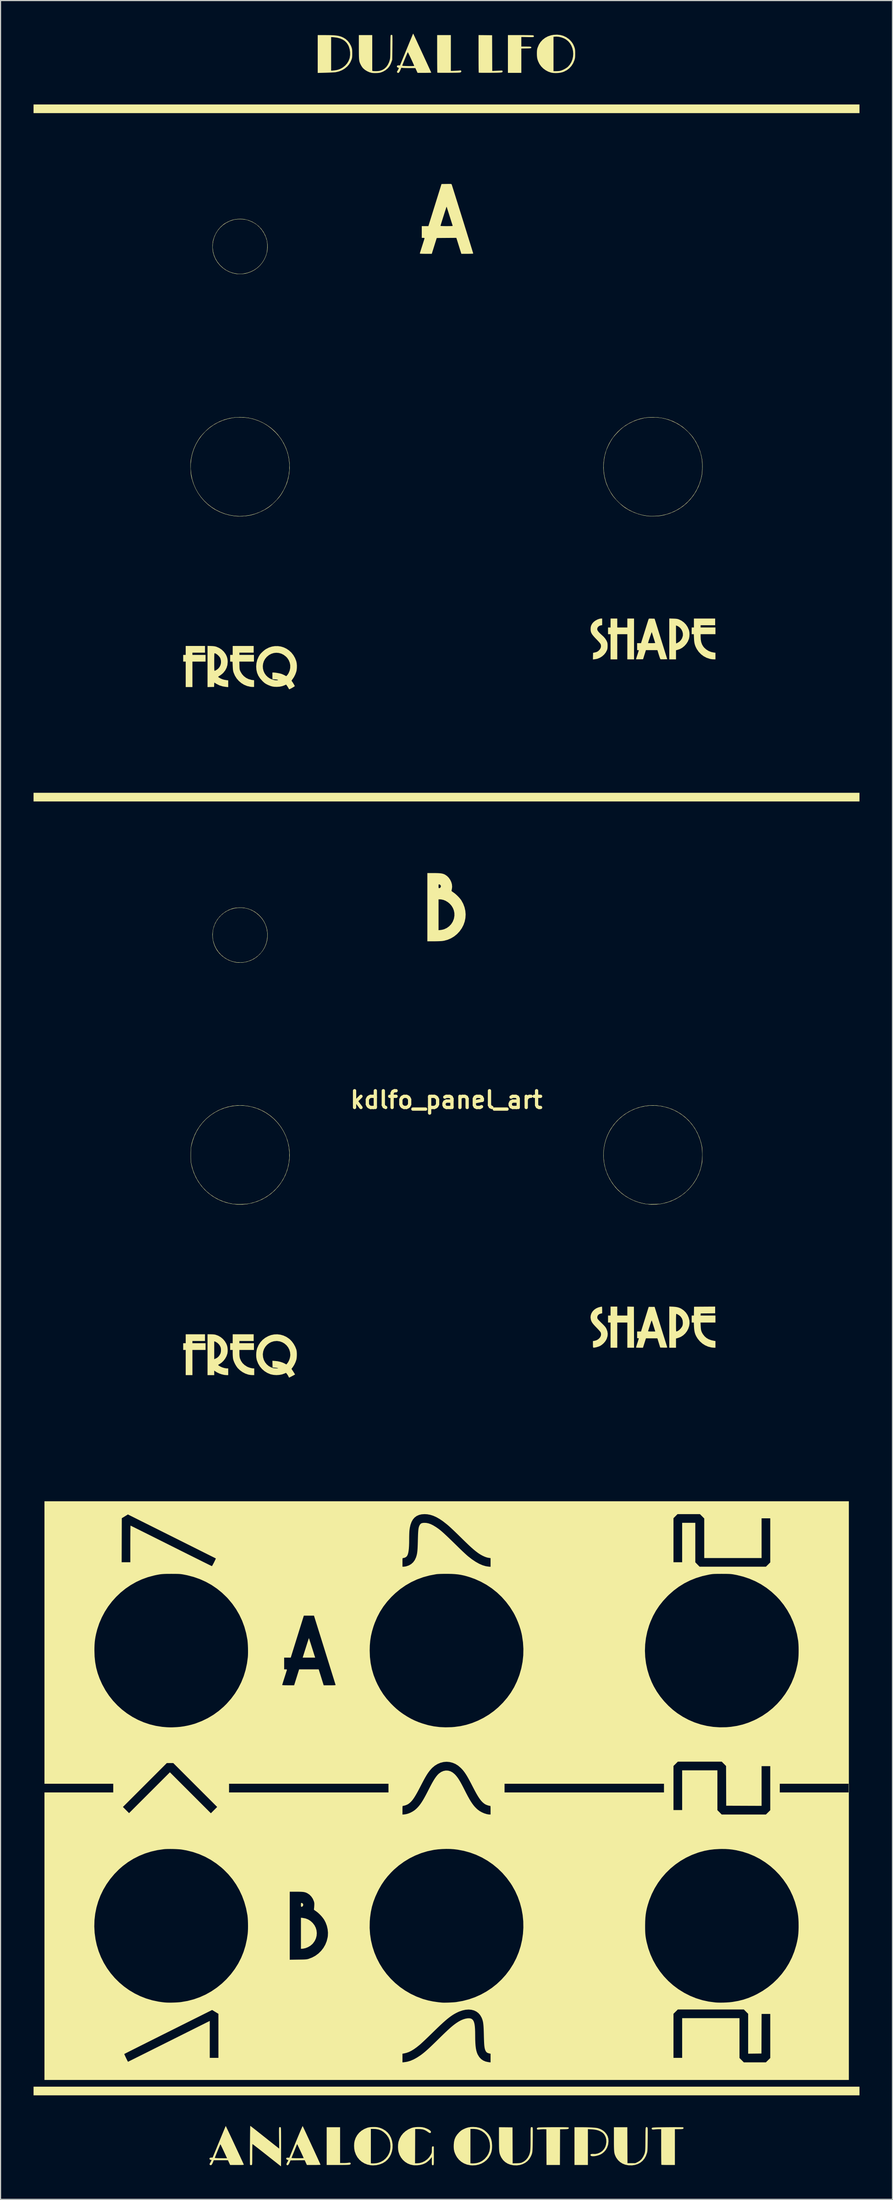
<source format=kicad_pcb>
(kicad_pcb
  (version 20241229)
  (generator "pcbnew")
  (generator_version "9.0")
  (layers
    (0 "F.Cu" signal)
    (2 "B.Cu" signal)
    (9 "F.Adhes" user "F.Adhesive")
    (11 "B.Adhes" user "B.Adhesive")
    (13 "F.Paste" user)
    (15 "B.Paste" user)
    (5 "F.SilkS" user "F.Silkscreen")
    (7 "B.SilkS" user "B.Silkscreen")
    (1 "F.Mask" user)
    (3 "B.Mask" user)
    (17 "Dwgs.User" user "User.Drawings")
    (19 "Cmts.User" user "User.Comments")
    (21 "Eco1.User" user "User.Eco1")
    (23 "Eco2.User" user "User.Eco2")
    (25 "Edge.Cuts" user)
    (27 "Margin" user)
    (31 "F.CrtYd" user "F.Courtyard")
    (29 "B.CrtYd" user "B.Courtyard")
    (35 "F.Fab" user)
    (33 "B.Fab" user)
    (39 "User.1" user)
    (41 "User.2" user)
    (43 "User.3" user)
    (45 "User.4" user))
  (footprint "kdlfo_panel_art"
    (layer "F.Cu")
    (at 37.528 96.934)
    (property "Reference" "kdlfo_panel_art" (at 0 0 0) (layer "F.SilkS") (effects (font (size 1.524 1.524) (thickness 0.3))))
    (attr board_only exclude_from_pos_files exclude_from_bom)
    (fp_poly (pts (xy 37.553 -89.701) (xy -37.528 -89.701) (xy -37.528 -90.489) (xy 37.553 -90.489)) (stroke (width 0) (type solid)) (fill yes) (layer "F.SilkS"))
    (fp_poly (pts (xy 37.553 -27.129) (xy -37.528 -27.129) (xy -37.528 -27.917) (xy 37.553 -27.917)) (stroke (width 0) (type solid)) (fill yes) (layer "F.SilkS"))
    (fp_poly (pts (xy 37.553 90.489) (xy -37.528 90.489) (xy -37.528 89.701) (xy 37.553 89.701)) (stroke (width 0) (type solid)) (fill yes) (layer "F.SilkS"))
    (fp_poly (pts (xy -21.942 -40.655) (xy -23.086 -40.655) (xy -23.086 -40.452) (xy -21.891 -40.452) (xy -21.891 -39.842) (xy -23.086 -39.842) (xy -23.086 -37.528) (xy -23.696 -37.528) (xy -23.696 -39.842) (xy -23.925 -39.842) (xy -23.925 -40.452) (xy -23.696 -40.452) (xy -23.696 -41.265) (xy -21.942 -41.265)) (stroke (width 0) (type solid)) (fill yes) (layer "F.SilkS"))
    (fp_poly (pts (xy -21.942 21.917) (xy -23.086 21.917) (xy -23.086 22.12) (xy -21.891 22.12) (xy -21.891 22.73) (xy -23.086 22.73) (xy -23.086 25.019) (xy -23.696 25.019) (xy -23.696 22.73) (xy -23.925 22.73) (xy -23.925 22.12) (xy -23.696 22.12) (xy -23.696 21.307) (xy -21.942 21.307)) (stroke (width 0) (type solid)) (fill yes) (layer "F.SilkS"))
    (fp_poly (pts (xy 15.535 -42.944) (xy 16.45 -42.944) (xy 16.45 -43.757) (xy 17.06 -43.757) (xy 17.06 -40.045) (xy 16.45 -40.045) (xy 16.45 -42.333) (xy 15.535 -42.333) (xy 15.535 -40.045) (xy 14.925 -40.045) (xy 14.925 -42.333) (xy 14.696 -42.333) (xy 14.696 -42.944) (xy 14.925 -42.944) (xy 14.925 -43.757) (xy 15.535 -43.757)) (stroke (width 0) (type solid)) (fill yes) (layer "F.SilkS"))
    (fp_poly (pts (xy -13.118 73.012) (xy -13.067 73.043) (xy -13.022 73.108) (xy -13.013 73.186) (xy -13.036 73.262) (xy -13.086 73.322) (xy -13.157 73.351) (xy -13.173 73.352) (xy -13.199 73.347) (xy -13.213 73.323) (xy -13.22 73.27) (xy -13.221 73.177) (xy -13.221 73.174) (xy -13.22 73.081) (xy -13.213 73.027) (xy -13.199 73.002) (xy -13.174 72.996) (xy -13.173 72.996)) (stroke (width 0) (type solid)) (fill yes) (layer "F.SilkS"))
    (fp_poly (pts (xy 16.749 18.795) (xy 17.048 18.802) (xy 17.054 20.665) (xy 17.061 22.527) (xy 16.45 22.527) (xy 16.45 20.239) (xy 15.535 20.239) (xy 15.535 22.527) (xy 14.925 22.527) (xy 14.925 20.239) (xy 14.696 20.239) (xy 14.696 19.603) (xy 14.925 19.603) (xy 14.925 18.789) (xy 15.535 18.789) (xy 15.535 19.603) (xy 16.45 19.603) (xy 16.45 18.788)) (stroke (width 0) (type solid)) (fill yes) (layer "F.SilkS"))
    (fp_poly (pts (xy -13.075 74.358) (xy -12.809 74.408) (xy -12.568 74.501) (xy -12.348 74.639) (xy -12.148 74.823) (xy -12.148 74.824) (xy -11.988 75.031) (xy -11.874 75.257) (xy -11.804 75.495) (xy -11.779 75.74) (xy -11.797 75.985) (xy -11.86 76.225) (xy -11.967 76.454) (xy -12.118 76.666) (xy -12.187 76.742) (xy -12.366 76.892) (xy -12.573 77.015) (xy -12.796 77.105) (xy -13.022 77.156) (xy -13.164 77.166) (xy -13.221 77.166) (xy -13.221 74.344)) (stroke (width 0) (type solid)) (fill yes) (layer "F.SilkS"))
    (fp_poly (pts (xy -9.662 96.642) (xy -9.346 96.642) (xy -9.21 96.64) (xy -9.079 96.633) (xy -8.97 96.623) (xy -8.902 96.613) (xy -8.796 96.6) (xy -8.728 96.618) (xy -8.7 96.667) (xy -8.701 96.703) (xy -8.707 96.73) (xy -8.72 96.753) (xy -8.744 96.772) (xy -8.783 96.787) (xy -8.843 96.798) (xy -8.926 96.806) (xy -9.039 96.812) (xy -9.185 96.816) (xy -9.368 96.818) (xy -9.594 96.819) (xy -9.859 96.82) (xy -10.882 96.82) (xy -10.882 93.388) (xy -9.662 93.388)) (stroke (width 0) (type solid)) (fill yes) (layer "F.SilkS"))
    (fp_poly (pts (xy -12.486 48.95) (xy -12.464 49.017) (xy -12.43 49.122) (xy -12.387 49.257) (xy -12.335 49.418) (xy -12.278 49.598) (xy -12.244 49.707) (xy -12.182 49.901) (xy -12.124 50.085) (xy -12.071 50.251) (xy -12.027 50.392) (xy -11.992 50.501) (xy -11.969 50.572) (xy -11.963 50.59) (xy -11.928 50.698) (xy -13.063 50.698) (xy -12.981 50.438) (xy -12.872 50.091) (xy -12.777 49.792) (xy -12.697 49.539) (xy -12.631 49.332) (xy -12.578 49.168) (xy -12.539 49.047) (xy -12.512 48.968) (xy -12.498 48.929) (xy -12.495 48.925)) (stroke (width 0) (type solid)) (fill yes) (layer "F.SilkS"))
    (fp_poly (pts (xy 7.031 -96.794) (xy 7.293 -96.792) (xy 7.511 -96.789) (xy 7.683 -96.785) (xy 7.808 -96.78) (xy 7.884 -96.774) (xy 7.909 -96.768) (xy 7.951 -96.722) (xy 7.954 -96.662) (xy 7.931 -96.625) (xy 7.895 -96.615) (xy 7.808 -96.609) (xy 7.672 -96.607) (xy 7.485 -96.609) (xy 7.359 -96.611) (xy 6.814 -96.624) (xy 6.814 -95.752) (xy 7.243 -95.752) (xy 7.405 -95.751) (xy 7.523 -95.749) (xy 7.605 -95.744) (xy 7.659 -95.736) (xy 7.69 -95.725) (xy 7.706 -95.712) (xy 7.725 -95.663) (xy 7.712 -95.629) (xy 7.696 -95.613) (xy 7.666 -95.602) (xy 7.614 -95.593) (xy 7.533 -95.587) (xy 7.417 -95.583) (xy 7.257 -95.58) (xy 7.25 -95.58) (xy 6.814 -95.573) (xy 6.814 -93.362) (xy 5.594 -93.362) (xy 5.594 -96.795) (xy 6.727 -96.795)) (stroke (width 0) (type solid)) (fill yes) (layer "F.SilkS"))
    (fp_poly (pts (xy 24.434 -43.147) (xy 23.112 -43.147) (xy 23.112 -42.944) (xy 24.459 -42.944) (xy 24.459 -42.333) (xy 23.112 -42.333) (xy 23.112 -42.111) (xy 23.125 -41.844) (xy 23.165 -41.615) (xy 23.235 -41.414) (xy 23.338 -41.235) (xy 23.445 -41.102) (xy 23.626 -40.94) (xy 23.84 -40.809) (xy 24.076 -40.715) (xy 24.317 -40.665) (xy 24.459 -40.648) (xy 24.459 -40.045) (xy 24.288 -40.047) (xy 24.167 -40.055) (xy 24.033 -40.073) (xy 23.938 -40.093) (xy 23.652 -40.189) (xy 23.387 -40.33) (xy 23.148 -40.511) (xy 22.939 -40.729) (xy 22.765 -40.98) (xy 22.681 -41.141) (xy 22.619 -41.287) (xy 22.574 -41.43) (xy 22.542 -41.583) (xy 22.521 -41.76) (xy 22.509 -41.971) (xy 22.494 -42.333) (xy 22.298 -42.333) (xy 22.298 -42.944) (xy 22.502 -42.944) (xy 22.502 -43.757) (xy 24.434 -43.757)) (stroke (width 0) (type solid)) (fill yes) (layer "F.SilkS"))
    (fp_poly (pts (xy 3.54 -96.789) (xy 4.157 -96.782) (xy 4.17 -93.534) (xy 4.52 -93.55) (xy 4.659 -93.557) (xy 4.791 -93.563) (xy 4.901 -93.568) (xy 4.976 -93.572) (xy 4.983 -93.572) (xy 5.054 -93.573) (xy 5.089 -93.562) (xy 5.103 -93.531) (xy 5.105 -93.513) (xy 5.108 -93.48) (xy 5.106 -93.453) (xy 5.093 -93.431) (xy 5.067 -93.413) (xy 5.022 -93.4) (xy 4.955 -93.389) (xy 4.86 -93.382) (xy 4.734 -93.377) (xy 4.571 -93.373) (xy 4.369 -93.37) (xy 4.122 -93.368) (xy 3.994 -93.367) (xy 3.769 -93.365) (xy 3.561 -93.365) (xy 3.374 -93.366) (xy 3.213 -93.367) (xy 3.085 -93.369) (xy 2.995 -93.372) (xy 2.948 -93.376) (xy 2.943 -93.377) (xy 2.939 -93.405) (xy 2.936 -93.48) (xy 2.934 -93.597) (xy 2.931 -93.752) (xy 2.929 -93.941) (xy 2.927 -94.16) (xy 2.926 -94.404) (xy 2.925 -94.67) (xy 2.924 -94.953) (xy 2.924 -95.096) (xy 2.924 -96.795)) (stroke (width 0) (type solid)) (fill yes) (layer "F.SilkS"))
    (fp_poly (pts (xy 24.434 19.399) (xy 23.779 19.406) (xy 23.124 19.412) (xy 23.109 19.603) (xy 24.459 19.603) (xy 24.459 20.239) (xy 23.104 20.239) (xy 23.119 20.563) (xy 23.131 20.748) (xy 23.15 20.896) (xy 23.182 21.02) (xy 23.229 21.135) (xy 23.296 21.255) (xy 23.332 21.312) (xy 23.476 21.494) (xy 23.644 21.642) (xy 23.843 21.757) (xy 24.076 21.843) (xy 24.349 21.902) (xy 24.364 21.904) (xy 24.459 21.919) (xy 24.459 22.527) (xy 24.326 22.524) (xy 24.218 22.518) (xy 24.107 22.506) (xy 24.072 22.501) (xy 23.786 22.427) (xy 23.516 22.308) (xy 23.265 22.146) (xy 23.04 21.945) (xy 22.846 21.709) (xy 22.722 21.51) (xy 22.643 21.347) (xy 22.585 21.177) (xy 22.545 20.989) (xy 22.52 20.772) (xy 22.509 20.601) (xy 22.494 20.239) (xy 22.298 20.239) (xy 22.298 19.603) (xy 22.5 19.603) (xy 22.514 18.802) (xy 23.474 18.795) (xy 24.434 18.789)) (stroke (width 0) (type solid)) (fill yes) (layer "F.SilkS"))
    (fp_poly (pts (xy 0.407 -93.535) (xy 0.756 -93.549) (xy 0.895 -93.556) (xy 1.025 -93.563) (xy 1.132 -93.571) (xy 1.204 -93.579) (xy 1.212 -93.58) (xy 1.282 -93.586) (xy 1.321 -93.575) (xy 1.347 -93.54) (xy 1.348 -93.54) (xy 1.364 -93.492) (xy 1.345 -93.452) (xy 1.324 -93.429) (xy 1.309 -93.416) (xy 1.292 -93.405) (xy 1.266 -93.396) (xy 1.227 -93.388) (xy 1.171 -93.383) (xy 1.092 -93.379) (xy 0.986 -93.375) (xy 0.848 -93.373) (xy 0.673 -93.371) (xy 0.456 -93.369) (xy 0.234 -93.367) (xy 0.009 -93.365) (xy -0.2 -93.365) (xy -0.387 -93.366) (xy -0.548 -93.367) (xy -0.676 -93.369) (xy -0.767 -93.372) (xy -0.815 -93.376) (xy -0.82 -93.377) (xy -0.824 -93.405) (xy -0.827 -93.48) (xy -0.829 -93.597) (xy -0.832 -93.752) (xy -0.834 -93.941) (xy -0.836 -94.16) (xy -0.837 -94.404) (xy -0.838 -94.67) (xy -0.839 -94.953) (xy -0.839 -95.095) (xy -0.839 -96.795) (xy 0.407 -96.795)) (stroke (width 0) (type solid)) (fill yes) (layer "F.SilkS"))
    (fp_poly (pts (xy -17.518 -40.655) (xy -18.815 -40.655) (xy -18.815 -40.452) (xy -17.493 -40.452) (xy -17.493 -39.842) (xy -18.82 -39.842) (xy -18.811 -39.479) (xy -18.807 -39.335) (xy -18.801 -39.23) (xy -18.793 -39.152) (xy -18.778 -39.088) (xy -18.756 -39.027) (xy -18.724 -38.956) (xy -18.711 -38.926) (xy -18.578 -38.704) (xy -18.408 -38.516) (xy -18.207 -38.364) (xy -17.978 -38.251) (xy -17.725 -38.181) (xy -17.62 -38.166) (xy -17.48 -38.151) (xy -17.48 -37.541) (xy -17.582 -37.537) (xy -17.665 -37.539) (xy -17.77 -37.547) (xy -17.835 -37.556) (xy -18.121 -37.624) (xy -18.393 -37.737) (xy -18.643 -37.891) (xy -18.868 -38.083) (xy -19.063 -38.306) (xy -19.221 -38.558) (xy -19.339 -38.833) (xy -19.342 -38.843) (xy -19.37 -38.933) (xy -19.389 -39.022) (xy -19.403 -39.121) (xy -19.413 -39.243) (xy -19.421 -39.402) (xy -19.423 -39.435) (xy -19.438 -39.829) (xy -19.654 -39.845) (xy -19.654 -40.452) (xy -19.425 -40.452) (xy -19.425 -41.265) (xy -17.518 -41.265)) (stroke (width 0) (type solid)) (fill yes) (layer "F.SilkS"))
    (fp_poly (pts (xy 10.528 93.385) (xy 10.7 93.387) (xy 10.836 93.389) (xy 10.94 93.392) (xy 11.016 93.396) (xy 11.068 93.401) (xy 11.099 93.408) (xy 11.113 93.415) (xy 11.114 93.416) (xy 11.133 93.459) (xy 11.121 93.493) (xy 11.091 93.523) (xy 11.062 93.54) (xy 11.014 93.553) (xy 10.94 93.562) (xy 10.83 93.567) (xy 10.69 93.571) (xy 10.335 93.578) (xy 10.329 95.199) (xy 10.322 96.82) (xy 9.103 96.82) (xy 9.096 95.199) (xy 9.09 93.578) (xy 8.899 93.57) (xy 8.77 93.57) (xy 8.626 93.578) (xy 8.512 93.589) (xy 8.391 93.602) (xy 8.31 93.603) (xy 8.261 93.591) (xy 8.233 93.563) (xy 8.228 93.551) (xy 8.225 93.488) (xy 8.271 93.44) (xy 8.336 93.414) (xy 8.38 93.409) (xy 8.471 93.404) (xy 8.604 93.4) (xy 8.774 93.396) (xy 8.976 93.392) (xy 9.207 93.389) (xy 9.462 93.387) (xy 9.736 93.386) (xy 9.76 93.386) (xy 10.062 93.385) (xy 10.317 93.385)) (stroke (width 0) (type solid)) (fill yes) (layer "F.SilkS"))
    (fp_poly (pts (xy -17.518 21.917) (xy -18.815 21.917) (xy -18.815 22.12) (xy -17.493 22.12) (xy -17.493 22.73) (xy -18.815 22.73) (xy -18.815 23.033) (xy -18.812 23.193) (xy -18.802 23.318) (xy -18.785 23.423) (xy -18.764 23.501) (xy -18.668 23.724) (xy -18.53 23.925) (xy -18.35 24.098) (xy -18.133 24.24) (xy -18.098 24.258) (xy -17.967 24.314) (xy -17.819 24.362) (xy -17.675 24.395) (xy -17.554 24.408) (xy -17.55 24.408) (xy -17.467 24.408) (xy -17.467 25.019) (xy -17.652 25.017) (xy -17.777 25.009) (xy -17.917 24.989) (xy -18.022 24.967) (xy -18.283 24.876) (xy -18.535 24.744) (xy -18.765 24.579) (xy -18.961 24.389) (xy -18.995 24.348) (xy -19.1 24.202) (xy -19.2 24.03) (xy -19.288 23.849) (xy -19.355 23.674) (xy -19.387 23.557) (xy -19.403 23.452) (xy -19.415 23.314) (xy -19.423 23.161) (xy -19.425 23.055) (xy -19.425 22.73) (xy -19.654 22.73) (xy -19.654 22.12) (xy -19.425 22.12) (xy -19.425 21.307) (xy -17.518 21.307)) (stroke (width 0) (type solid)) (fill yes) (layer "F.SilkS"))
    (fp_poly (pts (xy 20.614 -43.752) (xy 20.773 -43.746) (xy 20.894 -43.736) (xy 20.989 -43.722) (xy 21.07 -43.701) (xy 21.114 -43.686) (xy 21.365 -43.568) (xy 21.587 -43.409) (xy 21.776 -43.215) (xy 21.928 -42.99) (xy 22.039 -42.738) (xy 22.058 -42.677) (xy 22.091 -42.506) (xy 22.102 -42.311) (xy 22.09 -42.114) (xy 22.057 -41.935) (xy 22.047 -41.901) (xy 21.949 -41.669) (xy 21.812 -41.454) (xy 21.642 -41.264) (xy 21.447 -41.105) (xy 21.233 -40.984) (xy 21.007 -40.906) (xy 21.006 -40.906) (xy 20.874 -40.875) (xy 20.874 -40.045) (xy 20.264 -40.045) (xy 20.264 -43.125) (xy 20.874 -43.125) (xy 20.874 -42.31) (xy 20.875 -42.112) (xy 20.876 -41.931) (xy 20.877 -41.774) (xy 20.88 -41.646) (xy 20.882 -41.554) (xy 20.885 -41.503) (xy 20.887 -41.494) (xy 20.916 -41.504) (xy 20.974 -41.529) (xy 21.011 -41.547) (xy 21.18 -41.653) (xy 21.32 -41.796) (xy 21.425 -41.968) (xy 21.488 -42.16) (xy 21.5 -42.236) (xy 21.497 -42.417) (xy 21.45 -42.596) (xy 21.365 -42.763) (xy 21.248 -42.91) (xy 21.106 -43.026) (xy 20.945 -43.104) (xy 20.931 -43.108) (xy 20.874 -43.125) (xy 20.264 -43.125) (xy 20.264 -43.762)) (stroke (width 0) (type solid)) (fill yes) (layer "F.SilkS"))
    (fp_poly (pts (xy 21.064 93.385) (xy 21.235 93.386) (xy 21.371 93.388) (xy 21.468 93.391) (xy 21.521 93.395) (xy 21.529 93.397) (xy 21.558 93.443) (xy 21.55 93.499) (xy 21.512 93.539) (xy 21.469 93.549) (xy 21.386 93.557) (xy 21.275 93.563) (xy 21.146 93.565) (xy 21.117 93.566) (xy 20.773 93.566) (xy 20.773 96.82) (xy 20.167 96.82) (xy 19.996 96.819) (xy 19.842 96.817) (xy 19.713 96.814) (xy 19.616 96.811) (xy 19.557 96.806) (xy 19.544 96.803) (xy 19.541 96.775) (xy 19.538 96.701) (xy 19.535 96.585) (xy 19.533 96.43) (xy 19.531 96.243) (xy 19.529 96.026) (xy 19.528 95.784) (xy 19.527 95.522) (xy 19.527 95.243) (xy 19.527 95.176) (xy 19.527 93.566) (xy 19.317 93.566) (xy 19.188 93.57) (xy 19.051 93.579) (xy 18.936 93.591) (xy 18.934 93.592) (xy 18.805 93.603) (xy 18.719 93.592) (xy 18.672 93.558) (xy 18.662 93.517) (xy 18.663 93.492) (xy 18.668 93.472) (xy 18.681 93.454) (xy 18.705 93.44) (xy 18.746 93.428) (xy 18.805 93.418) (xy 18.889 93.411) (xy 18.999 93.405) (xy 19.141 93.4) (xy 19.318 93.397) (xy 19.534 93.394) (xy 19.793 93.391) (xy 20.098 93.388) (xy 20.122 93.388) (xy 20.387 93.386) (xy 20.635 93.384) (xy 20.862 93.384)) (stroke (width 0) (type solid)) (fill yes) (layer "F.SilkS"))
    (fp_poly (pts (xy 12.274 93.388) (xy 12.629 93.391) (xy 12.946 93.399) (xy 13.221 93.411) (xy 13.452 93.428) (xy 13.638 93.449) (xy 13.775 93.475) (xy 13.783 93.477) (xy 14.029 93.566) (xy 14.253 93.701) (xy 14.405 93.832) (xy 14.558 94.015) (xy 14.665 94.216) (xy 14.725 94.435) (xy 14.74 94.675) (xy 14.709 94.936) (xy 14.691 95.015) (xy 14.612 95.241) (xy 14.491 95.451) (xy 14.333 95.635) (xy 14.147 95.786) (xy 14.006 95.866) (xy 13.856 95.927) (xy 13.698 95.975) (xy 13.541 96.009) (xy 13.395 96.026) (xy 13.271 96.026) (xy 13.178 96.007) (xy 13.151 95.992) (xy 13.1 95.939) (xy 13.094 95.89) (xy 13.127 95.849) (xy 13.194 95.821) (xy 13.289 95.813) (xy 13.345 95.817) (xy 13.545 95.819) (xy 13.75 95.778) (xy 13.949 95.698) (xy 14.129 95.583) (xy 14.196 95.525) (xy 14.341 95.359) (xy 14.444 95.175) (xy 14.504 94.987) (xy 14.541 94.74) (xy 14.533 94.506) (xy 14.48 94.29) (xy 14.384 94.096) (xy 14.374 94.082) (xy 14.299 93.982) (xy 14.217 93.901) (xy 14.114 93.829) (xy 13.978 93.753) (xy 13.962 93.745) (xy 13.829 93.688) (xy 13.684 93.644) (xy 13.516 93.611) (xy 13.314 93.589) (xy 13.164 93.578) (xy 12.865 93.561) (xy 12.865 96.82) (xy 11.645 96.82) (xy 11.645 93.388)) (stroke (width 0) (type solid)) (fill yes) (layer "F.SilkS"))
    (fp_poly (pts (xy 20.593 18.797) (xy 20.809 18.814) (xy 20.989 18.843) (xy 21.147 18.889) (xy 21.298 18.954) (xy 21.375 18.996) (xy 21.589 19.147) (xy 21.773 19.334) (xy 21.921 19.552) (xy 22.029 19.794) (xy 22.093 20.052) (xy 22.096 20.071) (xy 22.106 20.318) (xy 22.069 20.564) (xy 21.989 20.802) (xy 21.872 21.024) (xy 21.72 21.224) (xy 21.538 21.395) (xy 21.33 21.531) (xy 21.189 21.594) (xy 21.092 21.629) (xy 21.004 21.658) (xy 20.945 21.674) (xy 20.944 21.674) (xy 20.874 21.689) (xy 20.874 22.527) (xy 20.264 22.527) (xy 20.264 20.251) (xy 20.874 20.251) (xy 20.875 20.489) (xy 20.876 20.679) (xy 20.879 20.826) (xy 20.883 20.933) (xy 20.889 21.004) (xy 20.897 21.042) (xy 20.904 21.052) (xy 20.944 21.042) (xy 21.009 21.015) (xy 21.042 21) (xy 21.147 20.932) (xy 21.256 20.832) (xy 21.355 20.715) (xy 21.43 20.597) (xy 21.441 20.575) (xy 21.473 20.483) (xy 21.491 20.379) (xy 21.495 20.251) (xy 21.476 20.049) (xy 21.415 19.873) (xy 21.311 19.719) (xy 21.266 19.67) (xy 21.196 19.611) (xy 21.109 19.55) (xy 21.021 19.498) (xy 20.945 19.462) (xy 20.901 19.45) (xy 20.892 19.476) (xy 20.885 19.552) (xy 20.88 19.679) (xy 20.876 19.856) (xy 20.875 20.085) (xy 20.874 20.251) (xy 20.264 20.251) (xy 20.264 18.782)) (stroke (width 0) (type solid)) (fill yes) (layer "F.SilkS"))
    (fp_poly (pts (xy -21.267 21.311) (xy -21.123 21.322) (xy -21.011 21.34) (xy -20.994 21.344) (xy -20.745 21.434) (xy -20.515 21.567) (xy -20.311 21.736) (xy -20.139 21.937) (xy -20.005 22.162) (xy -19.932 22.349) (xy -19.898 22.506) (xy -19.881 22.688) (xy -19.882 22.873) (xy -19.902 23.039) (xy -19.91 23.074) (xy -19.986 23.295) (xy -20.103 23.51) (xy -20.251 23.707) (xy -20.422 23.876) (xy -20.601 24.001) (xy -20.675 24.044) (xy -20.728 24.079) (xy -20.747 24.097) (xy -20.724 24.128) (xy -20.657 24.175) (xy -20.549 24.237) (xy -20.512 24.257) (xy -20.358 24.323) (xy -20.186 24.374) (xy -20.021 24.403) (xy -19.94 24.408) (xy -19.832 24.408) (xy -19.832 25.019) (xy -19.993 25.019) (xy -20.193 25.001) (xy -20.412 24.951) (xy -20.634 24.874) (xy -20.844 24.776) (xy -20.988 24.688) (xy -21.103 24.609) (xy -21.103 25.019) (xy -21.713 25.019) (xy -21.713 21.945) (xy -21.103 21.945) (xy -21.103 23.57) (xy -21.008 23.53) (xy -20.922 23.488) (xy -20.834 23.436) (xy -20.821 23.427) (xy -20.719 23.337) (xy -20.624 23.215) (xy -20.549 23.08) (xy -20.529 23.03) (xy -20.5 22.906) (xy -20.49 22.758) (xy -20.497 22.609) (xy -20.516 22.51) (xy -20.58 22.36) (xy -20.682 22.217) (xy -20.813 22.093) (xy -20.959 22) (xy -21.025 21.972) (xy -21.103 21.945) (xy -21.713 21.945) (xy -21.713 21.307) (xy -21.426 21.307)) (stroke (width 0) (type solid)) (fill yes) (layer "F.SilkS"))
    (fp_poly (pts (xy 14.162 -43.154) (xy 14.061 -43.14) (xy 13.933 -43.103) (xy 13.827 -43.035) (xy 13.752 -42.945) (xy 13.714 -42.84) (xy 13.715 -42.752) (xy 13.755 -42.656) (xy 13.84 -42.539) (xy 13.971 -42.4) (xy 14.127 -42.259) (xy 14.297 -42.101) (xy 14.428 -41.949) (xy 14.532 -41.79) (xy 14.587 -41.681) (xy 14.62 -41.604) (xy 14.64 -41.533) (xy 14.651 -41.454) (xy 14.655 -41.348) (xy 14.655 -41.278) (xy 14.652 -41.141) (xy 14.642 -41.037) (xy 14.623 -40.95) (xy 14.598 -40.878) (xy 14.488 -40.668) (xy 14.338 -40.479) (xy 14.155 -40.317) (xy 13.946 -40.189) (xy 13.719 -40.099) (xy 13.482 -40.053) (xy 13.321 -40.038) (xy 13.328 -40.338) (xy 13.336 -40.639) (xy 13.475 -40.668) (xy 13.603 -40.7) (xy 13.697 -40.735) (xy 13.778 -40.784) (xy 13.86 -40.851) (xy 13.97 -40.978) (xy 14.037 -41.117) (xy 14.058 -41.261) (xy 14.032 -41.402) (xy 14.017 -41.44) (xy 13.984 -41.488) (xy 13.923 -41.565) (xy 13.839 -41.661) (xy 13.74 -41.768) (xy 13.659 -41.853) (xy 13.497 -42.021) (xy 13.37 -42.163) (xy 13.274 -42.284) (xy 13.204 -42.392) (xy 13.156 -42.494) (xy 13.127 -42.596) (xy 13.113 -42.705) (xy 13.11 -42.804) (xy 13.122 -42.981) (xy 13.166 -43.135) (xy 13.247 -43.281) (xy 13.315 -43.37) (xy 13.427 -43.481) (xy 13.569 -43.582) (xy 13.728 -43.666) (xy 13.888 -43.727) (xy 14.035 -43.756) (xy 14.072 -43.757) (xy 14.162 -43.757)) (stroke (width 0) (type solid)) (fill yes) (layer "F.SilkS"))
    (fp_poly (pts (xy -11.028 -96.794) (xy -10.725 -96.792) (xy -10.467 -96.787) (xy -10.247 -96.777) (xy -10.058 -96.761) (xy -9.896 -96.739) (xy -9.752 -96.709) (xy -9.622 -96.672) (xy -9.498 -96.626) (xy -9.374 -96.57) (xy -9.369 -96.567) (xy -9.155 -96.435) (xy -8.963 -96.262) (xy -8.8 -96.055) (xy -8.673 -95.824) (xy -8.612 -95.663) (xy -8.588 -95.581) (xy -8.572 -95.5) (xy -8.562 -95.408) (xy -8.558 -95.293) (xy -8.556 -95.141) (xy -8.556 -95.117) (xy -8.557 -94.966) (xy -8.561 -94.855) (xy -8.568 -94.769) (xy -8.581 -94.697) (xy -8.602 -94.625) (xy -8.624 -94.561) (xy -8.73 -94.32) (xy -8.863 -94.112) (xy -9.008 -93.946) (xy -9.231 -93.756) (xy -9.485 -93.603) (xy -9.764 -93.491) (xy -10.06 -93.421) (xy -10.094 -93.416) (xy -10.171 -93.409) (xy -10.29 -93.401) (xy -10.441 -93.392) (xy -10.617 -93.385) (xy -10.807 -93.378) (xy -10.99 -93.372) (xy -11.696 -93.354) (xy -11.696 -96.616) (xy -10.475 -96.616) (xy -10.475 -93.559) (xy -10.266 -93.577) (xy -10.141 -93.59) (xy -10.013 -93.61) (xy -9.908 -93.631) (xy -9.903 -93.632) (xy -9.647 -93.721) (xy -9.413 -93.851) (xy -9.206 -94.017) (xy -9.032 -94.214) (xy -8.895 -94.438) (xy -8.8 -94.682) (xy -8.785 -94.742) (xy -8.75 -94.985) (xy -8.752 -95.242) (xy -8.791 -95.499) (xy -8.864 -95.741) (xy -8.929 -95.884) (xy -9.061 -96.084) (xy -9.225 -96.251) (xy -9.424 -96.385) (xy -9.659 -96.487) (xy -9.932 -96.558) (xy -10.245 -96.599) (xy -10.278 -96.602) (xy -10.475 -96.616) (xy -11.696 -96.616) (xy -11.696 -96.795)) (stroke (width 0) (type solid)) (fill yes) (layer "F.SilkS"))
    (fp_poly (pts (xy -6.287 93.384) (xy -6.108 93.422) (xy -5.931 93.483) (xy -5.782 93.551) (xy -5.541 93.697) (xy -5.335 93.879) (xy -5.166 94.094) (xy -5.035 94.339) (xy -4.944 94.612) (xy -4.895 94.91) (xy -4.889 94.99) (xy -4.895 95.291) (xy -4.945 95.578) (xy -5.035 95.846) (xy -5.164 96.091) (xy -5.33 96.308) (xy -5.528 96.493) (xy -5.758 96.64) (xy -5.797 96.66) (xy -6.081 96.772) (xy -6.378 96.839) (xy -6.676 96.859) (xy -6.89 96.844) (xy -7.182 96.781) (xy -7.45 96.674) (xy -7.693 96.527) (xy -7.905 96.343) (xy -8.083 96.125) (xy -8.224 95.876) (xy -8.325 95.599) (xy -8.34 95.542) (xy -8.378 95.313) (xy -8.39 95.068) (xy -8.377 94.826) (xy -8.34 94.624) (xy -8.245 94.351) (xy -8.108 94.106) (xy -7.93 93.889) (xy -7.714 93.702) (xy -7.462 93.549) (xy -7.44 93.54) (xy -6.865 93.54) (xy -6.865 96.664) (xy -6.782 96.675) (xy -6.671 96.679) (xy -6.531 96.673) (xy -6.381 96.657) (xy -6.243 96.632) (xy -6.219 96.627) (xy -5.963 96.539) (xy -5.731 96.408) (xy -5.527 96.236) (xy -5.353 96.026) (xy -5.241 95.835) (xy -5.16 95.642) (xy -5.11 95.438) (xy -5.088 95.208) (xy -5.085 95.103) (xy -5.104 94.818) (xy -5.163 94.562) (xy -5.263 94.33) (xy -5.408 94.116) (xy -5.537 93.975) (xy -5.736 93.804) (xy -5.945 93.679) (xy -6.171 93.595) (xy -6.423 93.55) (xy -6.63 93.541) (xy -6.865 93.54) (xy -7.44 93.54) (xy -7.195 93.438) (xy -7.089 93.409) (xy -6.968 93.388) (xy -6.816 93.375) (xy -6.712 93.37) (xy -6.483 93.368)) (stroke (width 0) (type solid)) (fill yes) (layer "F.SilkS"))
    (fp_poly (pts (xy 2.727 93.381) (xy 2.996 93.437) (xy 3.24 93.533) (xy 3.465 93.672) (xy 3.676 93.855) (xy 3.677 93.855) (xy 3.849 94.051) (xy 3.98 94.257) (xy 4.072 94.478) (xy 4.129 94.725) (xy 4.153 95.003) (xy 4.155 95.091) (xy 4.149 95.302) (xy 4.129 95.48) (xy 4.092 95.641) (xy 4.033 95.802) (xy 3.977 95.925) (xy 3.833 96.164) (xy 3.651 96.373) (xy 3.437 96.547) (xy 3.197 96.686) (xy 2.934 96.786) (xy 2.654 96.845) (xy 2.363 96.86) (xy 2.159 96.844) (xy 1.867 96.781) (xy 1.598 96.675) (xy 1.356 96.528) (xy 1.144 96.343) (xy 0.966 96.122) (xy 0.854 95.927) (xy 0.77 95.74) (xy 0.713 95.565) (xy 0.679 95.386) (xy 0.666 95.188) (xy 0.669 94.989) (xy 0.694 94.718) (xy 0.75 94.479) (xy 0.842 94.265) (xy 0.972 94.064) (xy 1.145 93.868) (xy 1.259 93.76) (xy 1.364 93.677) (xy 1.481 93.606) (xy 1.577 93.556) (xy 1.614 93.54) (xy 2.187 93.54) (xy 2.187 96.664) (xy 2.269 96.675) (xy 2.381 96.679) (xy 2.522 96.673) (xy 2.671 96.656) (xy 2.81 96.632) (xy 2.833 96.626) (xy 3.059 96.552) (xy 3.263 96.442) (xy 3.455 96.289) (xy 3.51 96.236) (xy 3.69 96.026) (xy 3.823 95.801) (xy 3.912 95.556) (xy 3.958 95.287) (xy 3.966 95.104) (xy 3.944 94.82) (xy 3.878 94.553) (xy 3.772 94.308) (xy 3.628 94.09) (xy 3.449 93.903) (xy 3.236 93.752) (xy 3.181 93.721) (xy 2.972 93.628) (xy 2.765 93.57) (xy 2.541 93.544) (xy 2.422 93.541) (xy 2.187 93.54) (xy 1.614 93.54) (xy 1.79 93.464) (xy 1.996 93.403) (xy 2.212 93.371) (xy 2.428 93.363)) (stroke (width 0) (type solid)) (fill yes) (layer "F.SilkS"))
    (fp_poly (pts (xy 14.15 18.813) (xy 14.156 18.878) (xy 14.16 18.974) (xy 14.162 19.091) (xy 14.162 19.399) (xy 14.092 19.414) (xy 13.997 19.437) (xy 13.932 19.459) (xy 13.88 19.487) (xy 13.848 19.508) (xy 13.766 19.595) (xy 13.722 19.706) (xy 13.72 19.827) (xy 13.72 19.827) (xy 13.731 19.865) (xy 13.755 19.909) (xy 13.797 19.964) (xy 13.86 20.035) (xy 13.95 20.128) (xy 14.072 20.25) (xy 14.1 20.277) (xy 14.229 20.404) (xy 14.327 20.505) (xy 14.401 20.586) (xy 14.456 20.654) (xy 14.499 20.719) (xy 14.536 20.786) (xy 14.556 20.826) (xy 14.636 21.044) (xy 14.668 21.257) (xy 14.652 21.47) (xy 14.586 21.689) (xy 14.524 21.821) (xy 14.424 21.976) (xy 14.289 22.128) (xy 14.135 22.262) (xy 13.991 22.356) (xy 13.891 22.402) (xy 13.775 22.444) (xy 13.654 22.48) (xy 13.538 22.506) (xy 13.439 22.521) (xy 13.368 22.521) (xy 13.34 22.51) (xy 13.333 22.479) (xy 13.328 22.408) (xy 13.324 22.309) (xy 13.323 22.208) (xy 13.323 21.922) (xy 13.444 21.905) (xy 13.613 21.861) (xy 13.762 21.787) (xy 13.886 21.688) (xy 13.981 21.572) (xy 14.042 21.443) (xy 14.063 21.309) (xy 14.042 21.176) (xy 14.018 21.121) (xy 13.987 21.077) (xy 13.927 21.004) (xy 13.844 20.911) (xy 13.745 20.803) (xy 13.642 20.696) (xy 13.496 20.543) (xy 13.382 20.416) (xy 13.295 20.307) (xy 13.231 20.211) (xy 13.183 20.118) (xy 13.148 20.023) (xy 13.13 19.957) (xy 13.104 19.761) (xy 13.126 19.57) (xy 13.191 19.389) (xy 13.295 19.223) (xy 13.436 19.077) (xy 13.608 18.957) (xy 13.809 18.866) (xy 13.955 18.826) (xy 14.043 18.808) (xy 14.111 18.795) (xy 14.143 18.79)) (stroke (width 0) (type solid)) (fill yes) (layer "F.SilkS"))
    (fp_poly (pts (xy -4.933 -96.801) (xy -4.913 -96.776) (xy -4.908 -96.741) (xy -4.905 -96.662) (xy -4.903 -96.542) (xy -4.902 -96.388) (xy -4.901 -96.206) (xy -4.902 -95.999) (xy -4.905 -95.775) (xy -4.906 -95.638) (xy -4.922 -94.544) (xy -4.989 -94.354) (xy -5.065 -94.161) (xy -5.149 -94.003) (xy -5.251 -93.862) (xy -5.352 -93.753) (xy -5.536 -93.599) (xy -5.752 -93.475) (xy -5.982 -93.388) (xy -6.032 -93.375) (xy -6.146 -93.357) (xy -6.292 -93.345) (xy -6.452 -93.341) (xy -6.608 -93.343) (xy -6.743 -93.354) (xy -6.801 -93.363) (xy -7.014 -93.424) (xy -7.223 -93.52) (xy -7.413 -93.641) (xy -7.571 -93.78) (xy -7.598 -93.809) (xy -7.666 -93.899) (xy -7.737 -94.01) (xy -7.793 -94.113) (xy -7.83 -94.191) (xy -7.862 -94.264) (xy -7.887 -94.336) (xy -7.908 -94.412) (xy -7.924 -94.499) (xy -7.936 -94.6) (xy -7.945 -94.723) (xy -7.951 -94.871) (xy -7.955 -95.051) (xy -7.957 -95.267) (xy -7.958 -95.526) (xy -7.958 -95.708) (xy -7.958 -96.795) (xy -6.738 -96.795) (xy -6.738 -93.546) (xy -6.681 -93.531) (xy -6.608 -93.52) (xy -6.502 -93.516) (xy -6.377 -93.516) (xy -6.249 -93.522) (xy -6.136 -93.533) (xy -6.072 -93.543) (xy -5.844 -93.615) (xy -5.644 -93.73) (xy -5.471 -93.887) (xy -5.328 -94.085) (xy -5.213 -94.323) (xy -5.155 -94.499) (xy -5.141 -94.55) (xy -5.13 -94.601) (xy -5.121 -94.656) (xy -5.113 -94.721) (xy -5.108 -94.802) (xy -5.104 -94.903) (xy -5.1 -95.031) (xy -5.098 -95.192) (xy -5.096 -95.39) (xy -5.095 -95.631) (xy -5.094 -95.737) (xy -5.092 -96.004) (xy -5.09 -96.225) (xy -5.087 -96.403) (xy -5.084 -96.542) (xy -5.08 -96.647) (xy -5.074 -96.721) (xy -5.067 -96.768) (xy -5.06 -96.793) (xy -5.055 -96.798) (xy -4.989 -96.819)) (stroke (width 0) (type solid)) (fill yes) (layer "F.SilkS"))
    (fp_poly (pts (xy 18.236 93.375) (xy 18.269 93.405) (xy 18.279 93.419) (xy 18.288 93.441) (xy 18.295 93.476) (xy 18.299 93.529) (xy 18.303 93.604) (xy 18.305 93.706) (xy 18.305 93.84) (xy 18.304 94.011) (xy 18.303 94.223) (xy 18.3 94.48) (xy 18.3 94.492) (xy 18.297 94.753) (xy 18.294 94.969) (xy 18.291 95.145) (xy 18.287 95.286) (xy 18.282 95.399) (xy 18.277 95.489) (xy 18.27 95.561) (xy 18.261 95.621) (xy 18.25 95.675) (xy 18.237 95.727) (xy 18.235 95.734) (xy 18.137 96.005) (xy 18.003 96.242) (xy 17.835 96.443) (xy 17.636 96.607) (xy 17.409 96.731) (xy 17.155 96.814) (xy 16.879 96.855) (xy 16.582 96.852) (xy 16.507 96.844) (xy 16.246 96.788) (xy 16.005 96.69) (xy 15.789 96.553) (xy 15.603 96.38) (xy 15.453 96.175) (xy 15.396 96.07) (xy 15.358 95.988) (xy 15.326 95.912) (xy 15.3 95.835) (xy 15.279 95.753) (xy 15.263 95.66) (xy 15.251 95.551) (xy 15.242 95.42) (xy 15.236 95.261) (xy 15.232 95.071) (xy 15.23 94.842) (xy 15.23 94.57) (xy 15.23 94.457) (xy 15.23 93.388) (xy 16.45 93.388) (xy 16.456 95.021) (xy 16.463 96.655) (xy 16.819 96.655) (xy 17.175 96.655) (xy 17.373 96.56) (xy 17.576 96.439) (xy 17.741 96.286) (xy 17.874 96.095) (xy 17.911 96.025) (xy 17.952 95.939) (xy 17.986 95.863) (xy 18.014 95.791) (xy 18.037 95.717) (xy 18.054 95.636) (xy 18.068 95.541) (xy 18.077 95.427) (xy 18.084 95.29) (xy 18.088 95.122) (xy 18.091 94.918) (xy 18.093 94.673) (xy 18.095 94.481) (xy 18.096 94.221) (xy 18.098 94.006) (xy 18.1 93.833) (xy 18.103 93.697) (xy 18.107 93.593) (xy 18.111 93.517) (xy 18.117 93.464) (xy 18.124 93.429) (xy 18.133 93.408) (xy 18.143 93.396) (xy 18.145 93.394) (xy 18.196 93.366)) (stroke (width 0) (type solid)) (fill yes) (layer "F.SilkS"))
    (fp_poly (pts (xy -21.389 -41.26) (xy -21.234 -41.252) (xy -21.114 -41.24) (xy -21.014 -41.222) (xy -20.919 -41.196) (xy -20.875 -41.181) (xy -20.635 -41.071) (xy -20.416 -40.922) (xy -20.226 -40.74) (xy -20.073 -40.532) (xy -20.013 -40.42) (xy -19.944 -40.254) (xy -19.902 -40.093) (xy -19.882 -39.917) (xy -19.88 -39.791) (xy -19.905 -39.529) (xy -19.979 -39.28) (xy -20.101 -39.046) (xy -20.268 -38.833) (xy -20.285 -38.815) (xy -20.358 -38.746) (xy -20.451 -38.67) (xy -20.55 -38.596) (xy -20.641 -38.534) (xy -20.712 -38.494) (xy -20.729 -38.487) (xy -20.745 -38.465) (xy -20.717 -38.428) (xy -20.647 -38.378) (xy -20.538 -38.317) (xy -20.516 -38.306) (xy -20.394 -38.251) (xy -20.27 -38.21) (xy -20.127 -38.178) (xy -19.953 -38.151) (xy -19.832 -38.135) (xy -19.832 -37.522) (xy -20.029 -37.54) (xy -20.341 -37.59) (xy -20.633 -37.682) (xy -20.897 -37.814) (xy -20.965 -37.857) (xy -21.031 -37.9) (xy -21.077 -37.928) (xy -21.091 -37.935) (xy -21.096 -37.911) (xy -21.102 -37.849) (xy -21.107 -37.761) (xy -21.108 -37.738) (xy -21.116 -37.541) (xy -21.713 -37.526) (xy -21.713 -39.804) (xy -21.103 -39.804) (xy -21.103 -39.57) (xy -21.101 -39.384) (xy -21.099 -39.24) (xy -21.095 -39.134) (xy -21.09 -39.062) (xy -21.083 -39.02) (xy -21.074 -39.004) (xy -21.071 -39.003) (xy -21.033 -39.015) (xy -20.968 -39.046) (xy -20.91 -39.077) (xy -20.748 -39.198) (xy -20.623 -39.349) (xy -20.536 -39.523) (xy -20.491 -39.712) (xy -20.49 -39.909) (xy -20.534 -40.107) (xy -20.553 -40.154) (xy -20.606 -40.248) (xy -20.686 -40.346) (xy -20.783 -40.44) (xy -20.884 -40.52) (xy -20.981 -40.578) (xy -21.062 -40.604) (xy -21.073 -40.604) (xy -21.082 -40.591) (xy -21.089 -40.548) (xy -21.095 -40.473) (xy -21.099 -40.361) (xy -21.101 -40.208) (xy -21.103 -40.012) (xy -21.103 -39.804) (xy -21.713 -39.804) (xy -21.713 -41.272)) (stroke (width 0) (type solid)) (fill yes) (layer "F.SilkS"))
    (fp_poly (pts (xy 18.66 18.815) (xy 18.929 18.815) (xy 19.498 20.639) (xy 19.59 20.933) (xy 19.677 21.213) (xy 19.759 21.475) (xy 19.835 21.716) (xy 19.902 21.932) (xy 19.96 22.118) (xy 20.008 22.272) (xy 20.045 22.388) (xy 20.069 22.464) (xy 20.079 22.496) (xy 20.079 22.496) (xy 20.074 22.51) (xy 20.041 22.518) (xy 19.976 22.523) (xy 19.87 22.523) (xy 19.766 22.521) (xy 19.441 22.514) (xy 19.311 22.095) (xy 19.18 21.675) (xy 18.143 21.675) (xy 18.007 22.101) (xy 17.872 22.527) (xy 17.555 22.527) (xy 17.435 22.526) (xy 17.336 22.523) (xy 17.267 22.518) (xy 17.239 22.512) (xy 17.238 22.512) (xy 17.246 22.484) (xy 17.266 22.415) (xy 17.297 22.315) (xy 17.335 22.192) (xy 17.366 22.097) (xy 17.408 21.963) (xy 17.445 21.845) (xy 17.472 21.753) (xy 17.489 21.696) (xy 17.493 21.68) (xy 17.471 21.668) (xy 17.417 21.662) (xy 17.416 21.662) (xy 17.34 21.662) (xy 17.34 21.052) (xy 17.694 21.052) (xy 17.704 21.02) (xy 18.338 21.02) (xy 18.345 21.034) (xy 18.381 21.043) (xy 18.453 21.049) (xy 18.565 21.052) (xy 18.658 21.052) (xy 18.99 21.052) (xy 18.967 20.982) (xy 18.952 20.935) (xy 18.925 20.849) (xy 18.889 20.734) (xy 18.847 20.6) (xy 18.813 20.493) (xy 18.769 20.354) (xy 18.73 20.233) (xy 18.697 20.137) (xy 18.674 20.074) (xy 18.665 20.054) (xy 18.652 20.071) (xy 18.627 20.13) (xy 18.593 20.224) (xy 18.552 20.345) (xy 18.506 20.487) (xy 18.498 20.512) (xy 18.452 20.661) (xy 18.41 20.794) (xy 18.376 20.903) (xy 18.351 20.981) (xy 18.339 21.019) (xy 18.338 21.02) (xy 17.704 21.02) (xy 17.755 20.855) (xy 17.777 20.786) (xy 17.811 20.674) (xy 17.857 20.528) (xy 17.911 20.354) (xy 17.972 20.159) (xy 18.037 19.95) (xy 18.104 19.736) (xy 18.392 18.815)) (stroke (width 0) (type solid)) (fill yes) (layer "F.SilkS"))
    (fp_poly (pts (xy 7.808 93.389) (xy 7.82 93.396) (xy 7.831 93.408) (xy 7.839 93.427) (xy 7.846 93.46) (xy 7.85 93.51) (xy 7.853 93.582) (xy 7.855 93.681) (xy 7.855 93.811) (xy 7.854 93.977) (xy 7.853 94.184) (xy 7.85 94.436) (xy 7.85 94.502) (xy 7.847 94.782) (xy 7.844 95.016) (xy 7.84 95.211) (xy 7.834 95.372) (xy 7.826 95.504) (xy 7.816 95.613) (xy 7.801 95.705) (xy 7.783 95.784) (xy 7.759 95.857) (xy 7.73 95.93) (xy 7.695 96.007) (xy 7.658 96.083) (xy 7.526 96.296) (xy 7.357 96.479) (xy 7.156 96.63) (xy 6.928 96.745) (xy 6.678 96.822) (xy 6.412 96.858) (xy 6.135 96.852) (xy 6.089 96.847) (xy 5.812 96.789) (xy 5.563 96.691) (xy 5.345 96.554) (xy 5.16 96.38) (xy 5.01 96.17) (xy 4.961 96.079) (xy 4.92 95.991) (xy 4.885 95.909) (xy 4.857 95.828) (xy 4.834 95.741) (xy 4.816 95.643) (xy 4.803 95.529) (xy 4.793 95.394) (xy 4.787 95.231) (xy 4.783 95.035) (xy 4.781 94.801) (xy 4.78 94.524) (xy 4.78 94.431) (xy 4.78 93.387) (xy 5.397 93.393) (xy 6.013 93.4) (xy 6.02 95.036) (xy 6.026 96.672) (xy 6.376 96.662) (xy 6.532 96.656) (xy 6.649 96.647) (xy 6.739 96.634) (xy 6.814 96.615) (xy 6.865 96.596) (xy 7.069 96.488) (xy 7.249 96.339) (xy 7.398 96.154) (xy 7.512 95.939) (xy 7.515 95.93) (xy 7.548 95.844) (xy 7.575 95.762) (xy 7.597 95.677) (xy 7.615 95.584) (xy 7.628 95.477) (xy 7.638 95.35) (xy 7.645 95.198) (xy 7.65 95.015) (xy 7.652 94.795) (xy 7.653 94.532) (xy 7.653 94.403) (xy 7.653 94.153) (xy 7.654 93.949) (xy 7.654 93.786) (xy 7.656 93.659) (xy 7.659 93.564) (xy 7.663 93.496) (xy 7.669 93.449) (xy 7.676 93.419) (xy 7.685 93.402) (xy 7.697 93.392) (xy 7.704 93.388) (xy 7.768 93.374)) (stroke (width 0) (type solid)) (fill yes) (layer "F.SilkS"))
    (fp_poly (pts (xy 10.354 -96.803) (xy 10.633 -96.726) (xy 10.891 -96.605) (xy 11.125 -96.442) (xy 11.238 -96.338) (xy 11.39 -96.167) (xy 11.508 -95.991) (xy 11.603 -95.791) (xy 11.649 -95.663) (xy 11.673 -95.585) (xy 11.69 -95.511) (xy 11.7 -95.429) (xy 11.706 -95.327) (xy 11.708 -95.193) (xy 11.708 -95.104) (xy 11.708 -94.951) (xy 11.704 -94.836) (xy 11.697 -94.747) (xy 11.684 -94.669) (xy 11.664 -94.59) (xy 11.635 -94.499) (xy 11.52 -94.226) (xy 11.366 -93.985) (xy 11.175 -93.777) (xy 10.949 -93.604) (xy 10.692 -93.471) (xy 10.574 -93.427) (xy 10.385 -93.379) (xy 10.167 -93.35) (xy 9.94 -93.34) (xy 9.72 -93.35) (xy 9.526 -93.381) (xy 9.513 -93.385) (xy 9.262 -93.472) (xy 9.181 -93.515) (xy 9.738 -93.515) (xy 9.966 -93.515) (xy 10.088 -93.518) (xy 10.211 -93.527) (xy 10.31 -93.539) (xy 10.328 -93.542) (xy 10.47 -93.584) (xy 10.631 -93.651) (xy 10.792 -93.735) (xy 10.938 -93.827) (xy 11.052 -93.917) (xy 11.054 -93.919) (xy 11.227 -94.118) (xy 11.361 -94.34) (xy 11.456 -94.58) (xy 11.513 -94.831) (xy 11.532 -95.087) (xy 11.514 -95.342) (xy 11.459 -95.59) (xy 11.367 -95.825) (xy 11.24 -96.041) (xy 11.076 -96.233) (xy 10.878 -96.393) (xy 10.875 -96.395) (xy 10.679 -96.502) (xy 10.459 -96.584) (xy 10.23 -96.637) (xy 10.008 -96.657) (xy 9.867 -96.65) (xy 9.738 -96.635) (xy 9.738 -93.515) (xy 9.181 -93.515) (xy 9.024 -93.599) (xy 8.806 -93.759) (xy 8.619 -93.947) (xy 8.47 -94.154) (xy 8.437 -94.214) (xy 8.349 -94.397) (xy 8.288 -94.563) (xy 8.25 -94.731) (xy 8.231 -94.915) (xy 8.227 -95.117) (xy 8.229 -95.266) (xy 8.235 -95.379) (xy 8.246 -95.47) (xy 8.263 -95.554) (xy 8.29 -95.644) (xy 8.297 -95.665) (xy 8.41 -95.93) (xy 8.563 -96.166) (xy 8.753 -96.372) (xy 8.977 -96.544) (xy 9.229 -96.679) (xy 9.508 -96.774) (xy 9.754 -96.82) (xy 10.06 -96.835)) (stroke (width 0) (type solid)) (fill yes) (layer "F.SilkS"))
    (fp_poly (pts (xy 18.626 -43.753) (xy 18.668 -43.752) (xy 18.929 -43.744) (xy 19.504 -41.901) (xy 20.079 -40.058) (xy 19.785 -40.051) (xy 19.666 -40.049) (xy 19.565 -40.049) (xy 19.494 -40.051) (xy 19.463 -40.054) (xy 19.447 -40.081) (xy 19.419 -40.148) (xy 19.383 -40.248) (xy 19.342 -40.371) (xy 19.309 -40.474) (xy 19.183 -40.884) (xy 18.661 -40.884) (xy 18.139 -40.884) (xy 18.009 -40.471) (xy 17.88 -40.058) (xy 17.559 -40.051) (xy 17.438 -40.049) (xy 17.338 -40.049) (xy 17.269 -40.052) (xy 17.239 -40.056) (xy 17.238 -40.057) (xy 17.246 -40.085) (xy 17.266 -40.152) (xy 17.297 -40.251) (xy 17.336 -40.373) (xy 17.366 -40.465) (xy 17.408 -40.598) (xy 17.445 -40.713) (xy 17.473 -40.803) (xy 17.489 -40.858) (xy 17.493 -40.871) (xy 17.471 -40.88) (xy 17.417 -40.884) (xy 17.416 -40.884) (xy 17.34 -40.884) (xy 17.34 -41.52) (xy 17.694 -41.52) (xy 17.696 -41.526) (xy 18.332 -41.526) (xy 18.356 -41.524) (xy 18.421 -41.522) (xy 18.518 -41.52) (xy 18.638 -41.52) (xy 18.664 -41.52) (xy 18.786 -41.521) (xy 18.886 -41.525) (xy 18.955 -41.53) (xy 18.984 -41.537) (xy 18.985 -41.539) (xy 18.974 -41.568) (xy 18.951 -41.638) (xy 18.918 -41.741) (xy 18.877 -41.869) (xy 18.831 -42.015) (xy 18.827 -42.028) (xy 18.781 -42.175) (xy 18.74 -42.306) (xy 18.706 -42.412) (xy 18.681 -42.486) (xy 18.669 -42.52) (xy 18.668 -42.521) (xy 18.659 -42.502) (xy 18.636 -42.444) (xy 18.604 -42.354) (xy 18.564 -42.241) (xy 18.52 -42.114) (xy 18.475 -41.981) (xy 18.432 -41.851) (xy 18.393 -41.732) (xy 18.362 -41.632) (xy 18.341 -41.56) (xy 18.332 -41.526) (xy 17.696 -41.526) (xy 17.82 -41.92) (xy 17.864 -42.06) (xy 17.919 -42.235) (xy 17.982 -42.434) (xy 18.047 -42.645) (xy 18.113 -42.854) (xy 18.152 -42.982) (xy 18.208 -43.159) (xy 18.259 -43.323) (xy 18.305 -43.466) (xy 18.342 -43.581) (xy 18.369 -43.662) (xy 18.383 -43.701) (xy 18.383 -43.701) (xy 18.397 -43.727) (xy 18.418 -43.743) (xy 18.456 -43.752) (xy 18.523 -43.755)) (stroke (width 0) (type solid)) (fill yes) (layer "F.SilkS"))
    (fp_poly (pts (xy -1.163 -20.62) (xy -0.924 -20.618) (xy -0.728 -20.612) (xy -0.568 -20.6) (xy -0.436 -20.583) (xy -0.325 -20.558) (xy -0.227 -20.525) (xy -0.135 -20.483) (xy -0.12 -20.475) (xy 0.059 -20.353) (xy 0.216 -20.196) (xy 0.345 -20.012) (xy 0.443 -19.81) (xy 0.504 -19.599) (xy 0.524 -19.388) (xy 0.511 -19.241) (xy 0.494 -19.148) (xy 0.478 -19.07) (xy 0.469 -19.031) (xy 0.47 -19.001) (xy 0.494 -18.967) (xy 0.548 -18.922) (xy 0.639 -18.86) (xy 0.65 -18.853) (xy 0.787 -18.751) (xy 0.936 -18.62) (xy 1.086 -18.473) (xy 1.222 -18.322) (xy 1.333 -18.181) (xy 1.36 -18.14) (xy 1.529 -17.833) (xy 1.65 -17.514) (xy 1.724 -17.188) (xy 1.751 -16.86) (xy 1.731 -16.532) (xy 1.666 -16.21) (xy 1.556 -15.898) (xy 1.401 -15.601) (xy 1.202 -15.321) (xy 0.972 -15.075) (xy 0.708 -14.861) (xy 0.417 -14.686) (xy 0.108 -14.554) (xy -0.214 -14.467) (xy -0.369 -14.443) (xy -0.464 -14.435) (xy -0.599 -14.428) (xy -0.762 -14.422) (xy -0.94 -14.418) (xy -1.122 -14.416) (xy -1.163 -14.416) (xy -1.729 -14.416) (xy -1.729 -15.426) (xy -0.712 -15.426) (xy -0.535 -15.442) (xy -0.411 -15.461) (xy -0.276 -15.493) (xy -0.188 -15.52) (xy 0.048 -15.632) (xy 0.256 -15.785) (xy 0.433 -15.972) (xy 0.572 -16.19) (xy 0.671 -16.433) (xy 0.687 -16.49) (xy 0.731 -16.745) (xy 0.727 -16.99) (xy 0.676 -17.231) (xy 0.592 -17.442) (xy 0.472 -17.641) (xy 0.317 -17.82) (xy 0.134 -17.973) (xy -0.069 -18.096) (xy -0.283 -18.182) (xy -0.499 -18.226) (xy -0.59 -18.23) (xy -0.712 -18.23) (xy -0.712 -15.426) (xy -1.729 -15.426) (xy -1.729 -19.425) (xy -0.712 -19.425) (xy -0.711 -19.332) (xy -0.705 -19.279) (xy -0.691 -19.254) (xy -0.665 -19.247) (xy -0.652 -19.247) (xy -0.588 -19.265) (xy -0.551 -19.293) (xy -0.506 -19.373) (xy -0.502 -19.456) (xy -0.538 -19.529) (xy -0.584 -19.564) (xy -0.646 -19.593) (xy -0.685 -19.596) (xy -0.704 -19.565) (xy -0.711 -19.494) (xy -0.712 -19.425) (xy -1.729 -19.425) (xy -1.729 -20.62)) (stroke (width 0) (type solid)) (fill yes) (layer "F.SilkS"))
    (fp_poly (pts (xy -20.045 93.295) (xy -20.014 93.358) (xy -19.966 93.458) (xy -19.902 93.591) (xy -19.824 93.754) (xy -19.736 93.941) (xy -19.638 94.148) (xy -19.533 94.372) (xy -19.422 94.607) (xy -19.309 94.85) (xy -19.194 95.096) (xy -19.08 95.341) (xy -18.968 95.58) (xy -18.861 95.81) (xy -18.761 96.026) (xy -18.67 96.223) (xy -18.59 96.398) (xy -18.522 96.546) (xy -18.469 96.662) (xy -18.433 96.744) (xy -18.417 96.781) (xy -18.418 96.793) (xy -18.433 96.803) (xy -18.468 96.81) (xy -18.529 96.814) (xy -18.622 96.818) (xy -18.752 96.819) (xy -18.924 96.82) (xy -19.03 96.82) (xy -19.657 96.82) (xy -19.857 96.388) (xy -21.146 96.388) (xy -21.217 96.569) (xy -21.28 96.709) (xy -21.339 96.799) (xy -21.397 96.841) (xy -21.454 96.836) (xy -21.495 96.805) (xy -21.527 96.769) (xy -21.535 96.753) (xy -21.524 96.727) (xy -21.493 96.667) (xy -21.45 96.586) (xy -21.431 96.552) (xy -21.382 96.46) (xy -21.355 96.404) (xy -21.349 96.375) (xy -21.361 96.364) (xy -21.382 96.362) (xy -21.467 96.345) (xy -21.521 96.299) (xy -21.535 96.246) (xy -21.525 96.197) (xy -21.487 96.167) (xy -21.447 96.159) (xy -21.047 96.159) (xy -21.044 96.172) (xy -21.02 96.183) (xy -20.97 96.191) (xy -20.889 96.197) (xy -20.772 96.201) (xy -20.614 96.204) (xy -20.425 96.206) (xy -19.938 96.21) (xy -20.233 95.574) (xy -20.311 95.408) (xy -20.381 95.258) (xy -20.443 95.131) (xy -20.492 95.031) (xy -20.526 94.965) (xy -20.542 94.939) (xy -20.542 94.939) (xy -20.554 94.961) (xy -20.582 95.023) (xy -20.622 95.118) (xy -20.673 95.237) (xy -20.73 95.373) (xy -20.79 95.519) (xy -20.851 95.667) (xy -20.91 95.811) (xy -20.962 95.941) (xy -21.006 96.051) (xy -21.038 96.134) (xy -21.047 96.159) (xy -21.447 96.159) (xy -21.413 96.152) (xy -21.351 96.149) (xy -21.248 96.146) (xy -20.66 94.717) (xy -20.555 94.462) (xy -20.455 94.221) (xy -20.363 93.999) (xy -20.279 93.798) (xy -20.207 93.624) (xy -20.147 93.481) (xy -20.101 93.372) (xy -20.07 93.302) (xy -20.057 93.274) (xy -20.057 93.274)) (stroke (width 0) (type solid)) (fill yes) (layer "F.SilkS"))
    (fp_poly (pts (xy -2.168 93.39) (xy -1.967 93.439) (xy -1.765 93.517) (xy -1.712 93.542) (xy -1.567 93.621) (xy -1.466 93.698) (xy -1.409 93.772) (xy -1.399 93.839) (xy -1.429 93.891) (xy -1.466 93.915) (xy -1.511 93.915) (xy -1.573 93.889) (xy -1.661 93.832) (xy -1.711 93.796) (xy -1.865 93.696) (xy -2.015 93.625) (xy -2.175 93.581) (xy -2.359 93.558) (xy -2.53 93.553) (xy -2.835 93.553) (xy -2.841 95.11) (xy -2.848 96.667) (xy -2.675 96.667) (xy -2.422 96.643) (xy -2.178 96.571) (xy -1.95 96.457) (xy -1.743 96.305) (xy -1.565 96.117) (xy -1.423 95.9) (xy -1.416 95.888) (xy -1.374 95.804) (xy -1.347 95.738) (xy -1.331 95.674) (xy -1.324 95.596) (xy -1.322 95.489) (xy -1.322 95.44) (xy -1.32 95.31) (xy -1.314 95.222) (xy -1.302 95.168) (xy -1.285 95.143) (xy -1.242 95.128) (xy -1.188 95.131) (xy -1.15 95.149) (xy -1.143 95.163) (xy -1.142 95.191) (xy -1.142 95.265) (xy -1.141 95.377) (xy -1.14 95.521) (xy -1.14 95.691) (xy -1.139 95.881) (xy -1.138 95.989) (xy -1.138 96.22) (xy -1.138 96.405) (xy -1.139 96.55) (xy -1.143 96.659) (xy -1.149 96.737) (xy -1.159 96.789) (xy -1.172 96.821) (xy -1.19 96.838) (xy -1.212 96.844) (xy -1.233 96.845) (xy -1.27 96.84) (xy -1.296 96.821) (xy -1.313 96.78) (xy -1.322 96.711) (xy -1.325 96.605) (xy -1.324 96.457) (xy -1.324 96.45) (xy -1.319 96.1) (xy -1.418 96.225) (xy -1.58 96.403) (xy -1.761 96.557) (xy -1.928 96.663) (xy -2.144 96.755) (xy -2.389 96.818) (xy -2.648 96.851) (xy -2.906 96.851) (xy -2.99 96.844) (xy -3.264 96.786) (xy -3.519 96.684) (xy -3.749 96.541) (xy -3.951 96.361) (xy -4.122 96.146) (xy -4.256 95.902) (xy -4.35 95.631) (xy -4.385 95.43) (xy -4.399 95.203) (xy -4.392 94.973) (xy -4.362 94.761) (xy -4.348 94.7) (xy -4.252 94.424) (xy -4.113 94.171) (xy -3.933 93.945) (xy -3.717 93.75) (xy -3.468 93.588) (xy -3.189 93.463) (xy -3.115 93.438) (xy -2.977 93.404) (xy -2.813 93.381) (xy -2.629 93.369) (xy -2.383 93.368)) (stroke (width 0) (type solid)) (fill yes) (layer "F.SilkS"))
    (fp_poly (pts (xy -13.065 93.28) (xy -13.051 93.306) (xy -13.018 93.374) (xy -12.968 93.479) (xy -12.903 93.617) (xy -12.825 93.784) (xy -12.736 93.975) (xy -12.638 94.187) (xy -12.532 94.414) (xy -12.422 94.652) (xy -12.309 94.896) (xy -12.195 95.144) (xy -12.081 95.389) (xy -11.971 95.629) (xy -11.866 95.858) (xy -11.768 96.071) (xy -11.679 96.266) (xy -11.601 96.437) (xy -11.537 96.579) (xy -11.487 96.69) (xy -11.455 96.763) (xy -11.442 96.796) (xy -11.441 96.797) (xy -11.466 96.804) (xy -11.536 96.81) (xy -11.645 96.814) (xy -11.789 96.818) (xy -11.962 96.82) (xy -12.061 96.82) (xy -12.681 96.82) (xy -12.878 96.388) (xy -13.524 96.394) (xy -14.171 96.401) (xy -14.243 96.577) (xy -14.307 96.715) (xy -14.367 96.804) (xy -14.424 96.846) (xy -14.479 96.841) (xy -14.513 96.815) (xy -14.535 96.784) (xy -14.539 96.746) (xy -14.522 96.69) (xy -14.481 96.607) (xy -14.454 96.558) (xy -14.404 96.465) (xy -14.377 96.407) (xy -14.371 96.376) (xy -14.384 96.364) (xy -14.413 96.362) (xy -14.481 96.344) (xy -14.535 96.3) (xy -14.56 96.243) (xy -14.558 96.215) (xy -14.541 96.182) (xy -14.081 96.182) (xy -14.001 96.192) (xy -13.934 96.197) (xy -13.834 96.201) (xy -13.712 96.204) (xy -13.577 96.205) (xy -13.436 96.205) (xy -13.299 96.204) (xy -13.175 96.202) (xy -13.073 96.199) (xy -13.002 96.195) (xy -12.972 96.189) (xy -12.971 96.188) (xy -12.988 96.149) (xy -13.022 96.074) (xy -13.07 95.971) (xy -13.128 95.846) (xy -13.193 95.706) (xy -13.261 95.559) (xy -13.33 95.413) (xy -13.396 95.273) (xy -13.456 95.147) (xy -13.506 95.042) (xy -13.543 94.966) (xy -13.563 94.925) (xy -13.566 94.92) (xy -13.577 94.944) (xy -13.604 95.009) (xy -13.645 95.109) (xy -13.697 95.237) (xy -13.759 95.388) (xy -13.826 95.554) (xy -14.081 96.182) (xy -14.541 96.182) (xy -14.539 96.178) (xy -14.505 96.16) (xy -14.443 96.154) (xy -14.365 96.157) (xy -14.276 96.162) (xy -13.68 94.711) (xy -13.574 94.455) (xy -13.474 94.215) (xy -13.381 93.993) (xy -13.297 93.794) (xy -13.223 93.621) (xy -13.161 93.48) (xy -13.113 93.373) (xy -13.081 93.305) (xy -13.066 93.28)) (stroke (width 0) (type solid)) (fill yes) (layer "F.SilkS"))
    (fp_poly (pts (xy -2.975 -96.845) (xy -2.955 -96.803) (xy -2.916 -96.721) (xy -2.861 -96.603) (xy -2.791 -96.454) (xy -2.709 -96.279) (xy -2.617 -96.08) (xy -2.517 -95.864) (xy -2.41 -95.634) (xy -2.299 -95.394) (xy -2.186 -95.149) (xy -2.073 -94.904) (xy -1.962 -94.663) (xy -1.854 -94.429) (xy -1.752 -94.208) (xy -1.658 -94.004) (xy -1.574 -93.821) (xy -1.502 -93.664) (xy -1.444 -93.537) (xy -1.402 -93.444) (xy -1.378 -93.389) (xy -1.373 -93.377) (xy -1.397 -93.373) (xy -1.466 -93.369) (xy -1.571 -93.366) (xy -1.706 -93.364) (xy -1.865 -93.362) (xy -1.997 -93.362) (xy -2.621 -93.362) (xy -2.82 -93.794) (xy -3.339 -93.794) (xy -3.505 -93.795) (xy -3.661 -93.797) (xy -3.797 -93.801) (xy -3.904 -93.805) (xy -3.971 -93.81) (xy -3.975 -93.811) (xy -4.093 -93.827) (xy -4.157 -93.677) (xy -4.209 -93.558) (xy -4.249 -93.477) (xy -4.282 -93.423) (xy -4.314 -93.388) (xy -4.34 -93.369) (xy -4.383 -93.348) (xy -4.418 -93.359) (xy -4.449 -93.387) (xy -4.503 -93.441) (xy -4.413 -93.603) (xy -4.368 -93.685) (xy -4.336 -93.752) (xy -4.322 -93.789) (xy -4.322 -93.79) (xy -4.344 -93.814) (xy -4.398 -93.84) (xy -4.411 -93.845) (xy -4.475 -93.875) (xy -4.499 -93.916) (xy -4.5 -93.933) (xy -4.481 -94.001) (xy -4.451 -94.02) (xy -4.008 -94.02) (xy -3.987 -94.006) (xy -3.934 -93.997) (xy -3.848 -93.991) (xy -3.693 -93.985) (xy -3.533 -93.98) (xy -3.377 -93.978) (xy -3.231 -93.978) (xy -3.105 -93.979) (xy -3.007 -93.983) (xy -2.944 -93.989) (xy -2.924 -93.996) (xy -2.934 -94.026) (xy -2.963 -94.094) (xy -3.006 -94.193) (xy -3.061 -94.314) (xy -3.123 -94.451) (xy -3.191 -94.596) (xy -3.259 -94.743) (xy -3.326 -94.883) (xy -3.387 -95.01) (xy -3.439 -95.117) (xy -3.478 -95.195) (xy -3.502 -95.238) (xy -3.506 -95.244) (xy -3.519 -95.221) (xy -3.547 -95.159) (xy -3.588 -95.065) (xy -3.639 -94.946) (xy -3.696 -94.81) (xy -3.757 -94.664) (xy -3.818 -94.516) (xy -3.877 -94.372) (xy -3.929 -94.242) (xy -3.973 -94.131) (xy -4.004 -94.049) (xy -4.006 -94.044) (xy -4.008 -94.02) (xy -4.451 -94.02) (xy -4.422 -94.038) (xy -4.323 -94.044) (xy -4.323 -94.044) (xy -4.219 -94.036) (xy -3.648 -95.422) (xy -3.544 -95.674) (xy -3.445 -95.914) (xy -3.353 -96.137) (xy -3.27 -96.339) (xy -3.197 -96.514) (xy -3.137 -96.66) (xy -3.091 -96.771) (xy -3.061 -96.843) (xy -3.049 -96.871) (xy -3.021 -96.934)) (stroke (width 0) (type solid)) (fill yes) (layer "F.SilkS"))
    (fp_poly (pts (xy -18.451 -17.476) (xy -18.39 -17.468) (xy -18.035 -17.389) (xy -17.709 -17.267) (xy -17.407 -17.102) (xy -17.128 -16.892) (xy -16.983 -16.757) (xy -16.764 -16.511) (xy -16.587 -16.25) (xy -16.445 -15.964) (xy -16.334 -15.649) (xy -16.284 -15.419) (xy -16.255 -15.161) (xy -16.25 -14.895) (xy -16.268 -14.64) (xy -16.292 -14.492) (xy -16.384 -14.153) (xy -16.517 -13.843) (xy -16.693 -13.555) (xy -16.915 -13.283) (xy -16.953 -13.243) (xy -17.214 -13.003) (xy -17.493 -12.81) (xy -17.796 -12.66) (xy -18.127 -12.55) (xy -18.146 -12.545) (xy -18.382 -12.5) (xy -18.635 -12.474) (xy -18.886 -12.471) (xy -19.113 -12.49) (xy -19.134 -12.494) (xy -19.478 -12.575) (xy -19.805 -12.7) (xy -20.111 -12.867) (xy -20.39 -13.073) (xy -20.638 -13.313) (xy -20.85 -13.584) (xy -20.926 -13.707) (xy -21.083 -14.023) (xy -21.192 -14.354) (xy -21.255 -14.695) (xy -21.266 -14.95) (xy -21.237 -14.95) (xy -21.233 -14.786) (xy -21.223 -14.653) (xy -21.204 -14.531) (xy -21.174 -14.399) (xy -21.169 -14.38) (xy -21.057 -14.044) (xy -20.902 -13.731) (xy -20.707 -13.446) (xy -20.477 -13.191) (xy -20.215 -12.971) (xy -19.923 -12.788) (xy -19.607 -12.646) (xy -19.413 -12.584) (xy -19.067 -12.515) (xy -18.715 -12.496) (xy -18.356 -12.527) (xy -18.302 -12.536) (xy -17.986 -12.617) (xy -17.679 -12.743) (xy -17.388 -12.91) (xy -17.12 -13.113) (xy -16.883 -13.348) (xy -16.706 -13.575) (xy -16.529 -13.88) (xy -16.398 -14.203) (xy -16.314 -14.538) (xy -16.276 -14.881) (xy -16.286 -15.227) (xy -16.343 -15.571) (xy -16.449 -15.907) (xy -16.475 -15.97) (xy -16.621 -16.252) (xy -16.811 -16.52) (xy -17.037 -16.765) (xy -17.292 -16.982) (xy -17.569 -17.163) (xy -17.852 -17.298) (xy -18.071 -17.374) (xy -18.291 -17.424) (xy -18.531 -17.453) (xy -18.613 -17.459) (xy -18.965 -17.455) (xy -19.305 -17.404) (xy -19.629 -17.308) (xy -19.934 -17.17) (xy -20.216 -16.994) (xy -20.472 -16.781) (xy -20.698 -16.535) (xy -20.891 -16.258) (xy -21.047 -15.953) (xy -21.162 -15.623) (xy -21.208 -15.425) (xy -21.22 -15.336) (xy -21.229 -15.213) (xy -21.235 -15.073) (xy -21.237 -14.95) (xy -21.266 -14.95) (xy -21.27 -15.041) (xy -21.237 -15.386) (xy -21.157 -15.725) (xy -21.03 -16.053) (xy -21.017 -16.08) (xy -20.843 -16.38) (xy -20.629 -16.653) (xy -20.38 -16.896) (xy -20.101 -17.103) (xy -19.797 -17.27) (xy -19.475 -17.394) (xy -19.345 -17.43) (xy -19.193 -17.457) (xy -19.01 -17.477) (xy -18.812 -17.487) (xy -18.62 -17.487)) (stroke (width 0) (type solid)) (fill yes) (layer "F.SilkS"))
    (fp_poly (pts (xy -18.492 -80.076) (xy -18.323 -80.054) (xy -17.972 -79.963) (xy -17.644 -79.828) (xy -17.342 -79.652) (xy -17.07 -79.437) (xy -16.83 -79.188) (xy -16.626 -78.905) (xy -16.46 -78.592) (xy -16.335 -78.252) (xy -16.334 -78.247) (xy -16.283 -78.013) (xy -16.255 -77.753) (xy -16.25 -77.485) (xy -16.269 -77.229) (xy -16.292 -77.087) (xy -16.389 -76.742) (xy -16.529 -76.421) (xy -16.709 -76.125) (xy -16.927 -75.859) (xy -17.178 -75.625) (xy -17.46 -75.427) (xy -17.769 -75.268) (xy -18.103 -75.151) (xy -18.243 -75.117) (xy -18.397 -75.092) (xy -18.578 -75.075) (xy -18.768 -75.067) (xy -18.945 -75.069) (xy -19.088 -75.081) (xy -19.433 -75.155) (xy -19.76 -75.273) (xy -20.065 -75.433) (xy -20.344 -75.631) (xy -20.593 -75.864) (xy -20.81 -76.128) (xy -20.99 -76.42) (xy -21.129 -76.736) (xy -21.219 -77.052) (xy -21.25 -77.249) (xy -21.264 -77.473) (xy -21.264 -77.484) (xy -21.243 -77.484) (xy -21.207 -77.143) (xy -21.123 -76.812) (xy -20.993 -76.494) (xy -20.82 -76.196) (xy -20.603 -75.921) (xy -20.547 -75.86) (xy -20.286 -75.622) (xy -20.009 -75.43) (xy -19.711 -75.281) (xy -19.386 -75.173) (xy -19.032 -75.105) (xy -18.98 -75.098) (xy -18.834 -75.087) (xy -18.683 -75.089) (xy -18.507 -75.105) (xy -18.484 -75.108) (xy -18.131 -75.175) (xy -17.799 -75.287) (xy -17.491 -75.441) (xy -17.209 -75.633) (xy -16.958 -75.862) (xy -16.74 -76.123) (xy -16.559 -76.415) (xy -16.418 -76.735) (xy -16.343 -76.979) (xy -16.313 -77.139) (xy -16.293 -77.331) (xy -16.284 -77.539) (xy -16.286 -77.748) (xy -16.299 -77.942) (xy -16.323 -78.105) (xy -16.331 -78.141) (xy -16.434 -78.459) (xy -16.579 -78.765) (xy -16.761 -79.05) (xy -16.975 -79.308) (xy -17.214 -79.529) (xy -17.304 -79.597) (xy -17.469 -79.701) (xy -17.666 -79.804) (xy -17.875 -79.896) (xy -18.077 -79.97) (xy -18.154 -79.992) (xy -18.321 -80.025) (xy -18.521 -80.046) (xy -18.737 -80.053) (xy -18.954 -80.049) (xy -19.156 -80.031) (xy -19.327 -80.001) (xy -19.353 -79.994) (xy -19.701 -79.874) (xy -20.019 -79.715) (xy -20.307 -79.518) (xy -20.561 -79.288) (xy -20.778 -79.025) (xy -20.957 -78.735) (xy -21.096 -78.418) (xy -21.191 -78.078) (xy -21.23 -77.829) (xy -21.243 -77.484) (xy -21.264 -77.484) (xy -21.263 -77.706) (xy -21.246 -77.929) (xy -21.213 -78.123) (xy -21.209 -78.14) (xy -21.102 -78.476) (xy -20.952 -78.794) (xy -20.762 -79.088) (xy -20.538 -79.351) (xy -20.282 -79.578) (xy -20.222 -79.623) (xy -20.064 -79.723) (xy -19.875 -79.823) (xy -19.674 -79.914) (xy -19.479 -79.986) (xy -19.387 -80.014) (xy -19.186 -80.054) (xy -18.957 -80.079) (xy -18.719 -80.086)) (stroke (width 0) (type solid)) (fill yes) (layer "F.SilkS"))
    (fp_poly (pts (xy -15.081 21.344) (xy -14.803 21.424) (xy -14.539 21.547) (xy -14.294 21.713) (xy -14.216 21.779) (xy -14.036 21.968) (xy -13.876 22.19) (xy -13.743 22.43) (xy -13.647 22.675) (xy -13.625 22.756) (xy -13.604 22.884) (xy -13.593 23.044) (xy -13.593 23.22) (xy -13.603 23.392) (xy -13.622 23.544) (xy -13.638 23.62) (xy -13.717 23.849) (xy -13.826 24.077) (xy -13.953 24.28) (xy -13.964 24.296) (xy -14.079 24.451) (xy -13.972 24.614) (xy -13.911 24.708) (xy -13.853 24.8) (xy -13.81 24.869) (xy -13.809 24.87) (xy -13.754 24.963) (xy -14.019 25.105) (xy -14.123 25.161) (xy -14.21 25.206) (xy -14.27 25.237) (xy -14.295 25.247) (xy -14.311 25.227) (xy -14.34 25.173) (xy -14.363 25.126) (xy -14.415 25.031) (xy -14.478 24.937) (xy -14.501 24.908) (xy -14.581 24.812) (xy -14.726 24.878) (xy -14.944 24.955) (xy -15.19 25.001) (xy -15.449 25.017) (xy -15.706 25) (xy -15.949 24.951) (xy -16 24.936) (xy -16.28 24.818) (xy -16.535 24.659) (xy -16.761 24.462) (xy -16.953 24.232) (xy -17.107 23.974) (xy -17.22 23.692) (xy -17.251 23.577) (xy -17.281 23.395) (xy -17.29 23.188) (xy -17.288 23.15) (xy -16.685 23.15) (xy -16.663 23.399) (xy -16.595 23.633) (xy -16.485 23.846) (xy -16.337 24.033) (xy -16.155 24.189) (xy -15.943 24.309) (xy -15.766 24.372) (xy -15.702 24.385) (xy -15.621 24.395) (xy -15.533 24.401) (xy -15.447 24.405) (xy -15.372 24.405) (xy -15.319 24.401) (xy -15.297 24.393) (xy -15.316 24.381) (xy -15.319 24.38) (xy -15.381 24.366) (xy -15.475 24.351) (xy -15.582 24.339) (xy -15.598 24.338) (xy -15.802 24.319) (xy -15.816 23.714) (xy -15.568 23.73) (xy -15.33 23.758) (xy -15.09 23.813) (xy -14.866 23.888) (xy -14.705 23.963) (xy -14.549 24.049) (xy -14.497 23.993) (xy -14.389 23.848) (xy -14.298 23.67) (xy -14.231 23.473) (xy -14.194 23.274) (xy -14.187 23.165) (xy -14.212 22.924) (xy -14.281 22.698) (xy -14.39 22.491) (xy -14.535 22.308) (xy -14.71 22.155) (xy -14.911 22.036) (xy -15.133 21.955) (xy -15.371 21.919) (xy -15.434 21.917) (xy -15.678 21.94) (xy -15.907 22.009) (xy -16.114 22.117) (xy -16.297 22.26) (xy -16.45 22.435) (xy -16.569 22.635) (xy -16.648 22.857) (xy -16.684 23.096) (xy -16.685 23.15) (xy -17.288 23.15) (xy -17.28 22.973) (xy -17.252 22.769) (xy -17.207 22.593) (xy -17.201 22.578) (xy -17.071 22.287) (xy -16.907 22.033) (xy -16.707 21.814) (xy -16.469 21.628) (xy -16.209 21.481) (xy -15.936 21.377) (xy -15.653 21.32) (xy -15.366 21.309)) (stroke (width 0) (type solid)) (fill yes) (layer "F.SilkS"))
    (fp_poly (pts (xy -17.806 93.277) (xy -17.747 93.321) (xy -17.656 93.392) (xy -17.534 93.486) (xy -17.387 93.601) (xy -17.217 93.735) (xy -17.029 93.884) (xy -16.824 94.046) (xy -16.608 94.218) (xy -16.577 94.242) (xy -16.357 94.416) (xy -16.148 94.583) (xy -15.952 94.738) (xy -15.773 94.88) (xy -15.616 95.004) (xy -15.484 95.108) (xy -15.38 95.19) (xy -15.308 95.246) (xy -15.272 95.274) (xy -15.271 95.275) (xy -15.197 95.328) (xy -15.21 94.37) (xy -15.213 94.123) (xy -15.215 93.923) (xy -15.216 93.763) (xy -15.215 93.64) (xy -15.214 93.548) (xy -15.21 93.483) (xy -15.205 93.439) (xy -15.198 93.411) (xy -15.188 93.395) (xy -15.176 93.386) (xy -15.175 93.385) (xy -15.108 93.376) (xy -15.077 93.388) (xy -15.067 93.394) (xy -15.059 93.404) (xy -15.052 93.421) (xy -15.046 93.448) (xy -15.041 93.49) (xy -15.037 93.55) (xy -15.033 93.631) (xy -15.031 93.738) (xy -15.029 93.873) (xy -15.028 94.04) (xy -15.027 94.243) (xy -15.027 94.485) (xy -15.026 94.77) (xy -15.026 95.101) (xy -15.026 95.181) (xy -15.027 95.476) (xy -15.027 95.755) (xy -15.027 96.014) (xy -15.028 96.25) (xy -15.028 96.459) (xy -15.029 96.635) (xy -15.03 96.776) (xy -15.031 96.877) (xy -15.032 96.934) (xy -15.033 96.945) (xy -15.053 96.93) (xy -15.11 96.885) (xy -15.201 96.814) (xy -15.321 96.72) (xy -15.467 96.604) (xy -15.637 96.471) (xy -15.827 96.321) (xy -16.033 96.159) (xy -16.252 95.986) (xy -16.323 95.93) (xy -16.546 95.754) (xy -16.757 95.588) (xy -16.953 95.434) (xy -17.131 95.295) (xy -17.287 95.174) (xy -17.417 95.072) (xy -17.519 94.994) (xy -17.589 94.941) (xy -17.623 94.916) (xy -17.626 94.915) (xy -17.63 94.939) (xy -17.634 95.008) (xy -17.638 95.117) (xy -17.641 95.26) (xy -17.643 95.432) (xy -17.645 95.627) (xy -17.645 95.839) (xy -17.645 95.853) (xy -17.645 96.096) (xy -17.646 96.294) (xy -17.647 96.45) (xy -17.649 96.571) (xy -17.652 96.66) (xy -17.656 96.724) (xy -17.662 96.767) (xy -17.67 96.793) (xy -17.68 96.809) (xy -17.693 96.818) (xy -17.697 96.821) (xy -17.76 96.836) (xy -17.819 96.824) (xy -17.853 96.787) (xy -17.853 96.787) (xy -17.855 96.754) (xy -17.857 96.676) (xy -17.858 96.558) (xy -17.859 96.404) (xy -17.859 96.221) (xy -17.859 96.013) (xy -17.858 95.785) (xy -17.857 95.541) (xy -17.856 95.288) (xy -17.854 95.03) (xy -17.852 94.771) (xy -17.85 94.517) (xy -17.848 94.274) (xy -17.846 94.045) (xy -17.843 93.836) (xy -17.84 93.651) (xy -17.838 93.497) (xy -17.835 93.377) (xy -17.832 93.297) (xy -17.829 93.262) (xy -17.829 93.261)) (stroke (width 0) (type solid)) (fill yes) (layer "F.SilkS"))
    (fp_poly (pts (xy 0.368 -83.264) (xy 0.421 -83.259) (xy 0.453 -83.25) (xy 0.47 -83.236) (xy 0.481 -83.217) (xy 0.484 -83.212) (xy 0.495 -83.18) (xy 0.519 -83.104) (xy 0.557 -82.986) (xy 0.606 -82.831) (xy 0.666 -82.642) (xy 0.735 -82.422) (xy 0.813 -82.175) (xy 0.897 -81.904) (xy 0.989 -81.614) (xy 1.085 -81.306) (xy 1.185 -80.986) (xy 1.288 -80.656) (xy 1.393 -80.32) (xy 1.498 -79.982) (xy 1.604 -79.644) (xy 1.707 -79.311) (xy 1.809 -78.986) (xy 1.906 -78.672) (xy 1.999 -78.373) (xy 2.086 -78.093) (xy 2.166 -77.835) (xy 2.238 -77.602) (xy 2.301 -77.399) (xy 2.353 -77.228) (xy 2.394 -77.093) (xy 2.423 -76.997) (xy 2.439 -76.945) (xy 2.441 -76.936) (xy 2.416 -76.928) (xy 2.347 -76.922) (xy 2.238 -76.917) (xy 2.096 -76.913) (xy 1.927 -76.912) (xy 1.9 -76.912) (xy 1.36 -76.912) (xy 1.133 -77.637) (xy 0.906 -78.362) (xy 0.015 -78.355) (xy -0.876 -78.348) (xy -1.008 -77.929) (xy -1.06 -77.762) (xy -1.116 -77.583) (xy -1.17 -77.411) (xy -1.216 -77.263) (xy -1.233 -77.211) (xy -1.326 -76.912) (xy -1.871 -76.912) (xy -2.069 -76.913) (xy -2.225 -76.917) (xy -2.336 -76.922) (xy -2.4 -76.93) (xy -2.415 -76.938) (xy -2.408 -76.968) (xy -2.387 -77.04) (xy -2.354 -77.147) (xy -2.311 -77.283) (xy -2.261 -77.442) (xy -2.205 -77.617) (xy -2.199 -77.634) (xy -2.143 -77.811) (xy -2.092 -77.972) (xy -2.048 -78.111) (xy -2.015 -78.221) (xy -1.992 -78.298) (xy -1.983 -78.332) (xy -1.983 -78.333) (xy -2.007 -78.35) (xy -2.069 -78.36) (xy -2.11 -78.361) (xy -2.237 -78.361) (xy -2.237 -79.429) (xy -1.636 -79.429) (xy -1.63 -79.448) (xy -0.535 -79.448) (xy -0.51 -79.443) (xy -0.442 -79.438) (xy -0.338 -79.434) (xy -0.205 -79.431) (xy -0.049 -79.429) (xy 0.025 -79.429) (xy 0.214 -79.43) (xy 0.358 -79.432) (xy 0.461 -79.435) (xy 0.528 -79.441) (xy 0.563 -79.449) (xy 0.573 -79.46) (xy 0.572 -79.461) (xy 0.562 -79.492) (xy 0.539 -79.565) (xy 0.504 -79.676) (xy 0.459 -79.818) (xy 0.406 -79.985) (xy 0.348 -80.172) (xy 0.294 -80.341) (xy 0.232 -80.539) (xy 0.174 -80.721) (xy 0.123 -80.882) (xy 0.08 -81.015) (xy 0.047 -81.116) (xy 0.026 -81.179) (xy 0.019 -81.198) (xy 0.01 -81.177) (xy -0.012 -81.113) (xy -0.044 -81.014) (xy -0.086 -80.886) (xy -0.135 -80.736) (xy -0.188 -80.57) (xy -0.243 -80.395) (xy -0.3 -80.217) (xy -0.354 -80.044) (xy -0.406 -79.88) (xy -0.451 -79.734) (xy -0.489 -79.611) (xy -0.516 -79.518) (xy -0.532 -79.462) (xy -0.535 -79.448) (xy -1.63 -79.448) (xy -1.04 -81.342) (xy -0.443 -83.256) (xy 0.008 -83.262) (xy 0.169 -83.265) (xy 0.287 -83.265)) (stroke (width 0) (type solid)) (fill yes) (layer "F.SilkS"))
    (fp_poly (pts (xy -15.037 -41.211) (xy -14.775 -41.129) (xy -14.526 -41.008) (xy -14.296 -40.851) (xy -14.088 -40.658) (xy -13.908 -40.431) (xy -13.76 -40.173) (xy -13.65 -39.892) (xy -13.608 -39.703) (xy -13.588 -39.487) (xy -13.591 -39.264) (xy -13.614 -39.052) (xy -13.65 -38.902) (xy -13.74 -38.661) (xy -13.854 -38.437) (xy -13.982 -38.246) (xy -13.984 -38.243) (xy -14.04 -38.17) (xy -14.067 -38.124) (xy -14.069 -38.093) (xy -14.052 -38.067) (xy -14.052 -38.066) (xy -14.016 -38.019) (xy -13.967 -37.946) (xy -13.912 -37.859) (xy -13.859 -37.77) (xy -13.815 -37.691) (xy -13.787 -37.634) (xy -13.781 -37.614) (xy -13.801 -37.593) (xy -13.856 -37.555) (xy -13.935 -37.506) (xy -14.025 -37.453) (xy -14.117 -37.402) (xy -14.198 -37.36) (xy -14.259 -37.332) (xy -14.285 -37.325) (xy -14.307 -37.345) (xy -14.339 -37.397) (xy -14.351 -37.42) (xy -14.393 -37.497) (xy -14.45 -37.587) (xy -14.483 -37.634) (xy -14.57 -37.753) (xy -14.703 -37.692) (xy -14.919 -37.611) (xy -15.147 -37.563) (xy -15.4 -37.545) (xy -15.433 -37.545) (xy -15.632 -37.552) (xy -15.807 -37.576) (xy -15.976 -37.622) (xy -16.157 -37.694) (xy -16.272 -37.748) (xy -16.387 -37.808) (xy -16.481 -37.866) (xy -16.569 -37.933) (xy -16.665 -38.02) (xy -16.744 -38.098) (xy -16.946 -38.329) (xy -17.099 -38.568) (xy -17.206 -38.822) (xy -17.269 -39.095) (xy -17.289 -39.393) (xy -17.289 -39.397) (xy -17.286 -39.434) (xy -16.687 -39.434) (xy -16.674 -39.21) (xy -16.62 -38.992) (xy -16.528 -38.786) (xy -16.398 -38.598) (xy -16.231 -38.434) (xy -16.028 -38.3) (xy -15.993 -38.282) (xy -15.862 -38.228) (xy -15.723 -38.184) (xy -15.586 -38.154) (xy -15.463 -38.14) (xy -15.365 -38.143) (xy -15.31 -38.16) (xy -15.305 -38.178) (xy -15.346 -38.195) (xy -15.436 -38.211) (xy -15.575 -38.227) (xy -15.63 -38.232) (xy -15.815 -38.247) (xy -15.815 -38.85) (xy -15.719 -38.85) (xy -15.611 -38.843) (xy -15.471 -38.826) (xy -15.318 -38.801) (xy -15.169 -38.772) (xy -15.043 -38.74) (xy -14.992 -38.725) (xy -14.881 -38.681) (xy -14.762 -38.627) (xy -14.701 -38.596) (xy -14.559 -38.519) (xy -14.49 -38.586) (xy -14.44 -38.645) (xy -14.383 -38.729) (xy -14.343 -38.798) (xy -14.245 -39.031) (xy -14.196 -39.271) (xy -14.193 -39.509) (xy -14.238 -39.742) (xy -14.328 -39.963) (xy -14.462 -40.167) (xy -14.585 -40.298) (xy -14.785 -40.453) (xy -15.001 -40.563) (xy -15.229 -40.627) (xy -15.461 -40.647) (xy -15.693 -40.621) (xy -15.918 -40.55) (xy -16.13 -40.434) (xy -16.323 -40.274) (xy -16.479 -40.085) (xy -16.591 -39.878) (xy -16.66 -39.659) (xy -16.687 -39.434) (xy -17.286 -39.434) (xy -17.265 -39.707) (xy -17.191 -40.004) (xy -17.069 -40.285) (xy -16.961 -40.463) (xy -16.881 -40.565) (xy -16.77 -40.68) (xy -16.643 -40.797) (xy -16.514 -40.903) (xy -16.406 -40.978) (xy -16.14 -41.116) (xy -15.865 -41.206) (xy -15.587 -41.251) (xy -15.31 -41.252)) (stroke (width 0) (type solid)) (fill yes) (layer "F.SilkS"))
    (fp_poly (pts (xy -18.519 0.496) (xy -18.416 0.504) (xy -17.937 0.567) (xy -17.484 0.673) (xy -17.052 0.822) (xy -16.638 1.016) (xy -16.361 1.176) (xy -15.98 1.443) (xy -15.631 1.746) (xy -15.317 2.082) (xy -15.039 2.446) (xy -14.8 2.835) (xy -14.6 3.246) (xy -14.443 3.674) (xy -14.329 4.116) (xy -14.261 4.569) (xy -14.24 5.027) (xy -14.265 5.461) (xy -14.342 5.944) (xy -14.465 6.405) (xy -14.633 6.845) (xy -14.849 7.265) (xy -15.111 7.666) (xy -15.31 7.92) (xy -15.629 8.262) (xy -15.979 8.566) (xy -16.359 8.831) (xy -16.762 9.056) (xy -17.187 9.238) (xy -17.629 9.377) (xy -18.084 9.47) (xy -18.549 9.516) (xy -19.02 9.514) (xy -19.112 9.508) (xy -19.58 9.446) (xy -20.032 9.339) (xy -20.466 9.186) (xy -20.88 8.992) (xy -21.269 8.758) (xy -21.632 8.486) (xy -21.967 8.18) (xy -22.27 7.84) (xy -22.538 7.471) (xy -22.77 7.074) (xy -22.962 6.65) (xy -23.113 6.204) (xy -23.193 5.871) (xy -23.212 5.768) (xy -23.227 5.673) (xy -23.238 5.576) (xy -23.245 5.467) (xy -23.249 5.336) (xy -23.251 5.173) (xy -23.251 4.996) (xy -23.225 4.996) (xy -23.225 5.194) (xy -23.223 5.352) (xy -23.219 5.478) (xy -23.211 5.583) (xy -23.201 5.676) (xy -23.186 5.768) (xy -23.167 5.861) (xy -23.044 6.332) (xy -22.877 6.779) (xy -22.669 7.201) (xy -22.422 7.594) (xy -22.138 7.956) (xy -21.819 8.286) (xy -21.468 8.582) (xy -21.087 8.84) (xy -20.678 9.06) (xy -20.243 9.239) (xy -19.784 9.374) (xy -19.427 9.446) (xy -19.275 9.463) (xy -19.086 9.474) (xy -18.872 9.478) (xy -18.645 9.475) (xy -18.419 9.467) (xy -18.207 9.453) (xy -18.02 9.433) (xy -17.879 9.41) (xy -17.409 9.286) (xy -16.961 9.117) (xy -16.538 8.904) (xy -16.142 8.651) (xy -15.774 8.357) (xy -15.439 8.025) (xy -15.137 7.655) (xy -14.991 7.444) (xy -14.758 7.041) (xy -14.57 6.618) (xy -14.427 6.179) (xy -14.33 5.729) (xy -14.279 5.271) (xy -14.275 4.811) (xy -14.317 4.352) (xy -14.406 3.899) (xy -14.543 3.457) (xy -14.622 3.258) (xy -14.83 2.835) (xy -15.078 2.439) (xy -15.364 2.073) (xy -15.684 1.739) (xy -16.036 1.44) (xy -16.416 1.178) (xy -16.821 0.957) (xy -17.249 0.778) (xy -17.695 0.645) (xy -17.849 0.61) (xy -18.322 0.539) (xy -18.793 0.518) (xy -19.26 0.546) (xy -19.719 0.622) (xy -20.166 0.745) (xy -20.599 0.914) (xy -21.014 1.128) (xy -21.409 1.387) (xy -21.779 1.69) (xy -21.842 1.748) (xy -22.168 2.089) (xy -22.454 2.461) (xy -22.7 2.864) (xy -22.904 3.295) (xy -23.066 3.754) (xy -23.167 4.144) (xy -23.186 4.239) (xy -23.201 4.328) (xy -23.211 4.42) (xy -23.218 4.526) (xy -23.222 4.654) (xy -23.224 4.814) (xy -23.225 4.996) (xy -23.251 4.996) (xy -23.249 4.744) (xy -23.241 4.531) (xy -23.226 4.345) (xy -23.202 4.173) (xy -23.167 4.004) (xy -23.12 3.825) (xy -23.058 3.625) (xy -23.047 3.591) (xy -22.879 3.158) (xy -22.669 2.749) (xy -22.421 2.368) (xy -22.138 2.015) (xy -21.822 1.693) (xy -21.477 1.405) (xy -21.106 1.152) (xy -20.713 0.936) (xy -20.3 0.76) (xy -19.872 0.626) (xy -19.43 0.536) (xy -18.978 0.492)) (stroke (width 0) (type solid)) (fill yes) (layer "F.SilkS"))
    (fp_poly (pts (xy 19.133 0.503) (xy 19.614 0.569) (xy 20.076 0.681) (xy 20.518 0.836) (xy 20.935 1.034) (xy 21.327 1.272) (xy 21.691 1.547) (xy 22.025 1.859) (xy 22.326 2.204) (xy 22.592 2.581) (xy 22.821 2.987) (xy 23.01 3.422) (xy 23.158 3.882) (xy 23.219 4.138) (xy 23.238 4.235) (xy 23.253 4.326) (xy 23.263 4.42) (xy 23.27 4.527) (xy 23.274 4.657) (xy 23.276 4.819) (xy 23.277 4.996) (xy 23.276 5.195) (xy 23.274 5.354) (xy 23.27 5.481) (xy 23.262 5.588) (xy 23.251 5.685) (xy 23.236 5.78) (xy 23.218 5.871) (xy 23.099 6.341) (xy 22.935 6.785) (xy 22.728 7.205) (xy 22.475 7.602) (xy 22.176 7.977) (xy 22.02 8.146) (xy 21.669 8.473) (xy 21.291 8.757) (xy 20.888 8.999) (xy 20.465 9.196) (xy 20.023 9.347) (xy 19.566 9.452) (xy 19.097 9.509) (xy 18.618 9.518) (xy 18.433 9.508) (xy 17.988 9.45) (xy 17.547 9.346) (xy 17.116 9.197) (xy 16.7 9.006) (xy 16.305 8.777) (xy 15.937 8.512) (xy 15.602 8.214) (xy 15.381 7.977) (xy 15.088 7.598) (xy 14.839 7.198) (xy 14.634 6.78) (xy 14.474 6.348) (xy 14.36 5.906) (xy 14.291 5.456) (xy 14.267 5.002) (xy 14.269 4.966) (xy 14.294 4.966) (xy 14.31 5.358) (xy 14.364 5.786) (xy 14.453 6.187) (xy 14.578 6.573) (xy 14.734 6.935) (xy 14.961 7.351) (xy 15.226 7.737) (xy 15.528 8.091) (xy 15.863 8.411) (xy 16.228 8.693) (xy 16.621 8.937) (xy 17.037 9.139) (xy 17.474 9.298) (xy 17.899 9.404) (xy 18.023 9.428) (xy 18.122 9.446) (xy 18.207 9.459) (xy 18.288 9.468) (xy 18.375 9.473) (xy 18.478 9.475) (xy 18.606 9.475) (xy 18.771 9.472) (xy 18.866 9.471) (xy 19.069 9.467) (xy 19.232 9.461) (xy 19.365 9.453) (xy 19.478 9.441) (xy 19.581 9.425) (xy 19.667 9.408) (xy 20.14 9.282) (xy 20.589 9.111) (xy 21.012 8.898) (xy 21.407 8.645) (xy 21.772 8.352) (xy 22.104 8.021) (xy 22.403 7.654) (xy 22.665 7.252) (xy 22.791 7.02) (xy 22.966 6.637) (xy 23.098 6.254) (xy 23.19 5.861) (xy 23.243 5.45) (xy 23.259 5.013) (xy 23.257 4.856) (xy 23.245 4.598) (xy 23.226 4.375) (xy 23.195 4.17) (xy 23.151 3.966) (xy 23.089 3.749) (xy 23.033 3.574) (xy 22.862 3.137) (xy 22.65 2.727) (xy 22.399 2.347) (xy 22.114 1.996) (xy 21.796 1.679) (xy 21.45 1.395) (xy 21.077 1.148) (xy 20.682 0.939) (xy 20.266 0.77) (xy 19.834 0.642) (xy 19.389 0.558) (xy 18.932 0.52) (xy 18.468 0.528) (xy 18.07 0.574) (xy 17.614 0.672) (xy 17.178 0.814) (xy 16.764 0.998) (xy 16.374 1.221) (xy 16.01 1.48) (xy 15.675 1.772) (xy 15.371 2.094) (xy 15.1 2.445) (xy 14.864 2.819) (xy 14.666 3.216) (xy 14.508 3.632) (xy 14.391 4.064) (xy 14.319 4.509) (xy 14.294 4.966) (xy 14.269 4.966) (xy 14.289 4.548) (xy 14.358 4.097) (xy 14.473 3.652) (xy 14.634 3.218) (xy 14.843 2.796) (xy 14.945 2.624) (xy 15.213 2.24) (xy 15.516 1.89) (xy 15.851 1.574) (xy 16.215 1.294) (xy 16.604 1.053) (xy 17.015 0.852) (xy 17.443 0.693) (xy 17.884 0.578) (xy 18.336 0.509) (xy 18.795 0.487)) (stroke (width 0) (type solid)) (fill yes) (layer "F.SilkS"))
    (fp_poly (pts (xy -18.446 -62.059) (xy -17.996 -62.008) (xy -17.551 -61.909) (xy -17.117 -61.764) (xy -16.699 -61.575) (xy -16.301 -61.346) (xy -15.928 -61.077) (xy -15.585 -60.772) (xy -15.316 -60.481) (xy -15.024 -60.095) (xy -14.778 -59.688) (xy -14.577 -59.263) (xy -14.422 -58.823) (xy -14.315 -58.37) (xy -14.254 -57.909) (xy -14.242 -57.443) (xy -14.279 -56.973) (xy -14.365 -56.505) (xy -14.471 -56.128) (xy -14.536 -55.952) (xy -14.625 -55.75) (xy -14.729 -55.535) (xy -14.841 -55.322) (xy -14.954 -55.125) (xy -15.061 -54.959) (xy -15.071 -54.944) (xy -15.186 -54.796) (xy -15.332 -54.628) (xy -15.498 -54.451) (xy -15.675 -54.275) (xy -15.851 -54.11) (xy -16.017 -53.968) (xy -16.145 -53.87) (xy -16.422 -53.693) (xy -16.734 -53.527) (xy -17.066 -53.378) (xy -17.402 -53.253) (xy -17.727 -53.159) (xy -17.861 -53.129) (xy -18.211 -53.075) (xy -18.577 -53.046) (xy -18.938 -53.044) (xy -19.247 -53.066) (xy -19.716 -53.144) (xy -20.175 -53.271) (xy -20.618 -53.444) (xy -21.039 -53.661) (xy -21.281 -53.813) (xy -21.659 -54.098) (xy -22.002 -54.419) (xy -22.31 -54.773) (xy -22.58 -55.158) (xy -22.811 -55.571) (xy -22.999 -56.008) (xy -23.143 -56.466) (xy -23.189 -56.661) (xy -23.211 -56.777) (xy -23.228 -56.9) (xy -23.24 -57.043) (xy -23.249 -57.214) (xy -23.254 -57.35) (xy -23.238 -57.35) (xy -23.192 -56.88) (xy -23.1 -56.425) (xy -22.963 -55.984) (xy -22.783 -55.567) (xy -22.562 -55.173) (xy -22.303 -54.807) (xy -22.011 -54.469) (xy -21.687 -54.163) (xy -21.335 -53.889) (xy -20.958 -53.651) (xy -20.559 -53.451) (xy -20.142 -53.29) (xy -19.709 -53.171) (xy -19.263 -53.096) (xy -18.808 -53.068) (xy -18.347 -53.088) (xy -18.328 -53.089) (xy -17.852 -53.162) (xy -17.393 -53.283) (xy -16.954 -53.448) (xy -16.536 -53.658) (xy -16.143 -53.911) (xy -15.777 -54.204) (xy -15.442 -54.537) (xy -15.139 -54.907) (xy -15.022 -55.074) (xy -14.786 -55.47) (xy -14.592 -55.89) (xy -14.443 -56.327) (xy -14.338 -56.775) (xy -14.281 -57.231) (xy -14.271 -57.687) (xy -14.285 -57.917) (xy -14.33 -58.287) (xy -14.397 -58.626) (xy -14.491 -58.95) (xy -14.616 -59.276) (xy -14.748 -59.559) (xy -14.899 -59.842) (xy -15.057 -60.095) (xy -15.235 -60.333) (xy -15.442 -60.569) (xy -15.573 -60.706) (xy -15.922 -61.028) (xy -16.286 -61.304) (xy -16.67 -61.534) (xy -17.078 -61.722) (xy -17.515 -61.871) (xy -17.847 -61.953) (xy -18.073 -61.992) (xy -18.333 -62.019) (xy -18.61 -62.034) (xy -18.889 -62.036) (xy -19.152 -62.025) (xy -19.374 -62.002) (xy -19.852 -61.907) (xy -20.309 -61.767) (xy -20.743 -61.583) (xy -21.153 -61.354) (xy -21.537 -61.082) (xy -21.893 -60.768) (xy -21.931 -60.731) (xy -22.249 -60.376) (xy -22.524 -59.996) (xy -22.757 -59.593) (xy -22.945 -59.17) (xy -23.088 -58.732) (xy -23.185 -58.28) (xy -23.236 -57.818) (xy -23.238 -57.35) (xy -23.254 -57.35) (xy -23.256 -57.425) (xy -23.257 -57.436) (xy -23.261 -57.625) (xy -23.262 -57.775) (xy -23.259 -57.898) (xy -23.253 -58.006) (xy -23.241 -58.111) (xy -23.224 -58.224) (xy -23.215 -58.28) (xy -23.113 -58.748) (xy -22.969 -59.189) (xy -22.781 -59.61) (xy -22.546 -60.016) (xy -22.379 -60.258) (xy -22.283 -60.379) (xy -22.157 -60.521) (xy -22.013 -60.673) (xy -21.859 -60.827) (xy -21.707 -60.97) (xy -21.567 -61.093) (xy -21.459 -61.178) (xy -21.051 -61.448) (xy -20.629 -61.668) (xy -20.192 -61.84) (xy -19.741 -61.964) (xy -19.274 -62.04) (xy -18.789 -62.067)) (stroke (width 0) (type solid)) (fill yes) (layer "F.SilkS"))
    (fp_poly (pts (xy 19.272 -62.041) (xy 19.737 -61.971) (xy 20.184 -61.854) (xy 20.617 -61.688) (xy 21.036 -61.473) (xy 21.434 -61.216) (xy 21.561 -61.117) (xy 21.709 -60.988) (xy 21.868 -60.841) (xy 22.027 -60.684) (xy 22.176 -60.528) (xy 22.305 -60.383) (xy 22.405 -60.259) (xy 22.405 -60.258) (xy 22.674 -59.85) (xy 22.894 -59.425) (xy 23.067 -58.983) (xy 23.194 -58.522) (xy 23.253 -58.194) (xy 23.274 -58.002) (xy 23.285 -57.777) (xy 23.287 -57.535) (xy 23.281 -57.287) (xy 23.266 -57.049) (xy 23.243 -56.834) (xy 23.214 -56.661) (xy 23.089 -56.193) (xy 22.92 -55.749) (xy 22.71 -55.33) (xy 22.46 -54.938) (xy 22.174 -54.577) (xy 21.854 -54.247) (xy 21.502 -53.952) (xy 21.12 -53.694) (xy 20.711 -53.475) (xy 20.277 -53.297) (xy 19.821 -53.162) (xy 19.514 -53.099) (xy 19.369 -53.08) (xy 19.189 -53.065) (xy 18.988 -53.055) (xy 18.782 -53.049) (xy 18.584 -53.049) (xy 18.411 -53.054) (xy 18.296 -53.064) (xy 17.88 -53.133) (xy 17.46 -53.245) (xy 17.047 -53.394) (xy 16.653 -53.577) (xy 16.289 -53.79) (xy 16.171 -53.87) (xy 16.022 -53.985) (xy 15.854 -54.131) (xy 15.676 -54.298) (xy 15.501 -54.474) (xy 15.336 -54.651) (xy 15.194 -54.817) (xy 15.097 -54.944) (xy 14.991 -55.107) (xy 14.878 -55.301) (xy 14.765 -55.513) (xy 14.66 -55.729) (xy 14.57 -55.933) (xy 14.502 -56.113) (xy 14.496 -56.128) (xy 14.371 -56.588) (xy 14.296 -57.05) (xy 14.268 -57.509) (xy 14.271 -57.592) (xy 14.297 -57.592) (xy 14.318 -57.12) (xy 14.388 -56.652) (xy 14.507 -56.193) (xy 14.529 -56.127) (xy 14.701 -55.691) (xy 14.916 -55.279) (xy 15.17 -54.895) (xy 15.461 -54.541) (xy 15.786 -54.219) (xy 16.142 -53.932) (xy 16.526 -53.681) (xy 16.935 -53.469) (xy 17.366 -53.299) (xy 17.817 -53.173) (xy 18.283 -53.093) (xy 18.308 -53.09) (xy 18.488 -53.077) (xy 18.702 -53.074) (xy 18.934 -53.079) (xy 19.168 -53.093) (xy 19.389 -53.114) (xy 19.558 -53.138) (xy 20.012 -53.241) (xy 20.45 -53.391) (xy 20.867 -53.584) (xy 21.261 -53.818) (xy 21.628 -54.091) (xy 21.967 -54.399) (xy 22.272 -54.74) (xy 22.543 -55.111) (xy 22.774 -55.511) (xy 22.964 -55.935) (xy 23.033 -56.127) (xy 23.108 -56.365) (xy 23.164 -56.577) (xy 23.205 -56.779) (xy 23.232 -56.987) (xy 23.249 -57.218) (xy 23.257 -57.411) (xy 23.257 -57.787) (xy 23.233 -58.131) (xy 23.183 -58.455) (xy 23.105 -58.775) (xy 22.997 -59.102) (xy 22.992 -59.114) (xy 22.801 -59.555) (xy 22.569 -59.968) (xy 22.297 -60.35) (xy 21.987 -60.701) (xy 21.643 -61.016) (xy 21.266 -61.295) (xy 20.859 -61.535) (xy 20.423 -61.734) (xy 20.34 -61.766) (xy 20.013 -61.875) (xy 19.694 -61.955) (xy 19.369 -62.006) (xy 19.026 -62.03) (xy 18.651 -62.031) (xy 18.637 -62.031) (xy 18.434 -62.023) (xy 18.269 -62.013) (xy 18.127 -61.998) (xy 17.995 -61.978) (xy 17.874 -61.953) (xy 17.411 -61.83) (xy 16.975 -61.665) (xy 16.561 -61.457) (xy 16.163 -61.202) (xy 16.094 -61.152) (xy 15.963 -61.047) (xy 15.811 -60.911) (xy 15.649 -60.754) (xy 15.488 -60.588) (xy 15.336 -60.422) (xy 15.205 -60.266) (xy 15.122 -60.156) (xy 15.023 -60.006) (xy 14.916 -59.825) (xy 14.809 -59.626) (xy 14.707 -59.423) (xy 14.618 -59.229) (xy 14.549 -59.057) (xy 14.528 -59) (xy 14.402 -58.536) (xy 14.325 -58.066) (xy 14.297 -57.592) (xy 14.271 -57.592) (xy 14.286 -57.963) (xy 14.348 -58.408) (xy 14.454 -58.843) (xy 14.602 -59.264) (xy 14.79 -59.667) (xy 15.017 -60.05) (xy 15.281 -60.41) (xy 15.582 -60.743) (xy 15.917 -61.047) (xy 16.284 -61.319) (xy 16.684 -61.555) (xy 17.114 -61.753) (xy 17.213 -61.791) (xy 17.547 -61.903) (xy 17.874 -61.983) (xy 18.208 -62.035) (xy 18.565 -62.06) (xy 18.79 -62.064)) (stroke (width 0) (type solid)) (fill yes) (layer "F.SilkS"))
    (fp_poly (pts (xy 36.587 89.091) (xy -36.536 89.091) (xy -36.536 87.494) (xy -3.992 87.494) (xy -3.833 87.477) (xy -3.714 87.46) (xy -3.584 87.438) (xy -3.514 87.423) (xy -3.257 87.346) (xy -2.981 87.227) (xy -2.689 87.068) (xy -2.385 86.871) (xy -2.364 86.856) (xy -2.233 86.761) (xy -2.099 86.656) (xy -1.956 86.539) (xy -1.802 86.405) (xy -1.631 86.252) (xy -1.441 86.075) (xy -1.228 85.871) (xy -0.986 85.637) (xy -0.775 85.43) (xy -0.503 85.163) (xy -0.263 84.93) (xy -0.05 84.726) (xy 0.138 84.55) (xy 0.306 84.397) (xy 0.458 84.264) (xy 0.596 84.149) (xy 0.726 84.048) (xy 0.85 83.957) (xy 0.972 83.874) (xy 1.096 83.795) (xy 1.14 83.768) (xy 1.339 83.662) (xy 1.54 83.578) (xy 1.737 83.52) (xy 1.922 83.488) (xy 2.087 83.483) (xy 2.224 83.508) (xy 2.288 83.537) (xy 2.366 83.594) (xy 2.431 83.669) (xy 2.486 83.767) (xy 2.529 83.89) (xy 2.563 84.044) (xy 2.588 84.232) (xy 2.605 84.458) (xy 2.615 84.727) (xy 2.618 85.041) (xy 2.618 85.073) (xy 2.622 85.42) (xy 2.634 85.722) (xy 2.653 85.984) (xy 2.681 86.211) (xy 2.72 86.408) (xy 2.768 86.58) (xy 2.828 86.734) (xy 2.857 86.795) (xy 2.992 87.013) (xy 3.155 87.188) (xy 3.349 87.323) (xy 3.574 87.418) (xy 3.83 87.473) (xy 3.858 87.476) (xy 4.017 87.494) (xy 4.017 87.082) (xy 20.645 87.082) (xy 21.434 87.082) (xy 21.434 83.472) (xy 26.646 83.472) (xy 26.646 87.094) (xy 26.842 87.291) (xy 27.039 87.489) (xy 29.047 87.489) (xy 29.245 87.292) (xy 29.443 87.096) (xy 29.443 83.09) (xy 28.655 83.09) (xy 28.648 84.889) (xy 28.642 86.688) (xy 28.038 86.695) (xy 27.434 86.702) (xy 27.434 83.079) (xy 27.238 82.881) (xy 27.041 82.683) (xy 21.041 82.683) (xy 20.843 82.88) (xy 20.645 83.076) (xy 20.645 87.082) (xy 4.017 87.082) (xy 4.017 86.704) (xy 3.879 86.676) (xy 3.749 86.636) (xy 3.654 86.573) (xy 3.582 86.478) (xy 3.561 86.437) (xy 3.53 86.365) (xy 3.503 86.285) (xy 3.481 86.193) (xy 3.463 86.083) (xy 3.447 85.95) (xy 3.435 85.788) (xy 3.425 85.593) (xy 3.416 85.359) (xy 3.408 85.08) (xy 3.407 85.01) (xy 3.399 84.716) (xy 3.39 84.467) (xy 3.379 84.257) (xy 3.365 84.08) (xy 3.347 83.93) (xy 3.325 83.8) (xy 3.297 83.686) (xy 3.264 83.58) (xy 3.224 83.477) (xy 3.191 83.403) (xy 3.066 83.188) (xy 2.909 83.011) (xy 2.723 82.872) (xy 2.512 82.772) (xy 2.277 82.711) (xy 2.022 82.69) (xy 1.75 82.709) (xy 1.465 82.77) (xy 1.169 82.872) (xy 1.02 82.939) (xy 0.865 83.016) (xy 0.714 83.1) (xy 0.563 83.193) (xy 0.409 83.298) (xy 0.247 83.418) (xy 0.074 83.556) (xy -0.114 83.715) (xy -0.319 83.898) (xy -0.546 84.108) (xy -0.799 84.348) (xy -1.08 84.62) (xy -1.25 84.786) (xy -1.437 84.968) (xy -1.623 85.148) (xy -1.803 85.321) (xy -1.971 85.481) (xy -2.123 85.624) (xy -2.254 85.745) (xy -2.357 85.839) (xy -2.417 85.891) (xy -2.69 86.111) (xy -2.941 86.291) (xy -3.177 86.435) (xy -3.401 86.546) (xy -3.621 86.626) (xy -3.843 86.679) (xy -3.896 86.688) (xy -3.992 86.703) (xy -3.992 87.494) (xy -36.536 87.494) (xy -36.536 86.731) (xy -29.28 86.731) (xy -29.272 86.757) (xy -29.247 86.818) (xy -29.207 86.906) (xy -29.159 87.01) (xy -29.107 87.12) (xy -29.054 87.227) (xy -29.007 87.321) (xy -28.969 87.393) (xy -28.946 87.433) (xy -28.941 87.438) (xy -28.918 87.427) (xy -28.852 87.394) (xy -28.745 87.341) (xy -28.6 87.269) (xy -28.418 87.179) (xy -28.204 87.071) (xy -27.958 86.949) (xy -27.683 86.812) (xy -27.382 86.662) (xy -27.057 86.499) (xy -26.711 86.326) (xy -26.345 86.143) (xy -25.963 85.952) (xy -25.566 85.754) (xy -25.222 85.582) (xy -21.51 83.726) (xy -21.51 87.082) (xy -20.722 87.082) (xy -20.723 83.078) (xy -21.294 82.729) (xy -25.281 84.721) (xy -25.704 84.932) (xy -26.114 85.137) (xy -26.509 85.335) (xy -26.888 85.525) (xy -27.247 85.705) (xy -27.585 85.875) (xy -27.899 86.032) (xy -28.187 86.177) (xy -28.447 86.307) (xy -28.675 86.423) (xy -28.871 86.521) (xy -29.031 86.603) (xy -29.154 86.665) (xy -29.236 86.707) (xy -29.276 86.729) (xy -29.28 86.731) (xy -36.536 86.731) (xy -36.536 75.136) (xy -32.006 75.136) (xy -31.975 75.721) (xy -31.894 76.309) (xy -31.783 76.821) (xy -31.614 77.382) (xy -31.401 77.921) (xy -31.145 78.437) (xy -30.849 78.927) (xy -30.514 79.39) (xy -30.145 79.823) (xy -29.741 80.224) (xy -29.307 80.591) (xy -28.844 80.923) (xy -28.354 81.216) (xy -27.839 81.47) (xy -27.303 81.681) (xy -26.747 81.848) (xy -26.174 81.969) (xy -26.149 81.973) (xy -25.994 81.996) (xy -25.828 82.019) (xy -25.672 82.038) (xy -25.565 82.048) (xy -25.393 82.058) (xy -25.184 82.062) (xy -24.954 82.06) (xy -24.715 82.053) (xy -24.482 82.042) (xy -24.27 82.026) (xy -24.113 82.009) (xy -23.526 81.907) (xy -22.955 81.758) (xy -22.402 81.561) (xy -21.868 81.319) (xy -21.357 81.031) (xy -20.869 80.699) (xy -20.406 80.325) (xy -19.996 79.933) (xy -19.594 79.484) (xy -19.238 79.011) (xy -18.926 78.515) (xy -18.745 78.162) (xy -14.238 78.162) (xy -13.482 78.151) (xy -13.261 78.148) (xy -13.085 78.145) (xy -12.945 78.141) (xy -12.836 78.135) (xy -12.75 78.128) (xy -12.68 78.119) (xy -12.619 78.107) (xy -12.561 78.093) (xy -12.535 78.085) (xy -12.207 77.962) (xy -11.904 77.798) (xy -11.63 77.595) (xy -11.387 77.357) (xy -11.179 77.089) (xy -11.009 76.794) (xy -10.88 76.475) (xy -10.796 76.136) (xy -10.776 76.003) (xy -10.763 75.702) (xy -10.794 75.39) (xy -10.822 75.27) (xy -6.975 75.27) (xy -6.936 75.849) (xy -6.85 76.416) (xy -6.718 76.971) (xy -6.543 77.509) (xy -6.325 78.029) (xy -6.066 78.529) (xy -5.769 79.006) (xy -5.433 79.457) (xy -5.062 79.881) (xy -4.656 80.276) (xy -4.218 80.638) (xy -3.749 80.965) (xy -3.25 81.256) (xy -2.723 81.507) (xy -2.17 81.717) (xy -2.091 81.743) (xy -1.675 81.859) (xy -1.225 81.953) (xy -0.735 82.024) (xy -0.407 82.058) (xy -0.301 82.063) (xy -0.155 82.064) (xy 0.017 82.062) (xy 0.206 82.057) (xy 0.398 82.048) (xy 0.583 82.038) (xy 0.749 82.026) (xy 0.884 82.012) (xy 0.9 82.01) (xy 1.488 81.907) (xy 2.061 81.758) (xy 2.614 81.563) (xy 3.146 81.324) (xy 3.654 81.042) (xy 4.137 80.721) (xy 4.591 80.36) (xy 5.014 79.961) (xy 5.405 79.526) (xy 5.76 79.057) (xy 6.077 78.555) (xy 6.084 78.544) (xy 6.352 78.025) (xy 6.574 77.489) (xy 6.75 76.94) (xy 6.879 76.381) (xy 6.962 75.815) (xy 6.998 75.245) (xy 6.995 75.069) (xy 18.067 75.069) (xy 18.068 75.33) (xy 18.072 75.553) (xy 18.081 75.746) (xy 18.096 75.923) (xy 18.117 76.092) (xy 18.146 76.267) (xy 18.184 76.458) (xy 18.208 76.569) (xy 18.358 77.136) (xy 18.555 77.687) (xy 18.797 78.219) (xy 19.082 78.728) (xy 19.407 79.212) (xy 19.771 79.667) (xy 20.172 80.09) (xy 20.607 80.479) (xy 21.075 80.83) (xy 21.1 80.847) (xy 21.613 81.166) (xy 22.145 81.438) (xy 22.693 81.661) (xy 23.258 81.837) (xy 23.839 81.964) (xy 24.436 82.043) (xy 24.487 82.048) (xy 24.693 82.059) (xy 24.935 82.062) (xy 25.196 82.058) (xy 25.462 82.047) (xy 25.717 82.03) (xy 25.946 82.006) (xy 26.02 81.996) (xy 26.525 81.907) (xy 27 81.789) (xy 27.458 81.636) (xy 27.914 81.445) (xy 28.235 81.289) (xy 28.751 80.995) (xy 29.237 80.663) (xy 29.69 80.293) (xy 30.108 79.889) (xy 30.491 79.453) (xy 30.836 78.987) (xy 31.14 78.493) (xy 31.403 77.974) (xy 31.622 77.432) (xy 31.796 76.869) (xy 31.808 76.821) (xy 31.877 76.537) (xy 31.93 76.279) (xy 31.969 76.034) (xy 31.995 75.786) (xy 32.011 75.522) (xy 32.019 75.228) (xy 32.019 75.081) (xy 32.016 74.76) (xy 32.003 74.475) (xy 31.98 74.212) (xy 31.945 73.957) (xy 31.897 73.697) (xy 31.845 73.465) (xy 31.687 72.902) (xy 31.483 72.359) (xy 31.237 71.839) (xy 30.95 71.343) (xy 30.625 70.874) (xy 30.263 70.433) (xy 29.868 70.024) (xy 29.442 69.648) (xy 28.986 69.307) (xy 28.504 69.003) (xy 27.996 68.74) (xy 27.467 68.518) (xy 26.917 68.34) (xy 26.35 68.208) (xy 26.33 68.205) (xy 26.002 68.151) (xy 25.688 68.116) (xy 25.369 68.097) (xy 25.027 68.093) (xy 24.832 68.097) (xy 24.357 68.123) (xy 23.91 68.177) (xy 23.476 68.26) (xy 23.039 68.377) (xy 22.883 68.425) (xy 22.331 68.63) (xy 21.802 68.879) (xy 21.298 69.17) (xy 20.822 69.5) (xy 20.376 69.868) (xy 19.962 70.271) (xy 19.582 70.707) (xy 19.239 71.174) (xy 18.935 71.669) (xy 18.672 72.19) (xy 18.452 72.736) (xy 18.407 72.869) (xy 18.306 73.189) (xy 18.226 73.485) (xy 18.165 73.771) (xy 18.12 74.058) (xy 18.09 74.358) (xy 18.073 74.683) (xy 18.067 75.045) (xy 18.067 75.069) (xy 6.995 75.069) (xy 6.989 74.674) (xy 6.934 74.107) (xy 6.833 73.545) (xy 6.686 72.992) (xy 6.493 72.451) (xy 6.256 71.926) (xy 5.972 71.419) (xy 5.839 71.212) (xy 5.487 70.729) (xy 5.099 70.281) (xy 4.678 69.871) (xy 4.227 69.499) (xy 3.748 69.167) (xy 3.244 68.876) (xy 2.716 68.628) (xy 2.167 68.425) (xy 1.6 68.267) (xy 1.017 68.156) (xy 0.69 68.116) (xy 0.356 68.093) (xy -0.007 68.088) (xy -0.382 68.1) (xy -0.751 68.127) (xy -1.096 68.171) (xy -1.157 68.181) (xy -1.728 68.302) (xy -2.287 68.472) (xy -2.83 68.689) (xy -3.353 68.949) (xy -3.853 69.253) (xy -4.326 69.597) (xy -4.77 69.98) (xy -4.999 70.206) (xy -5.335 70.575) (xy -5.63 70.948) (xy -5.894 71.337) (xy -6.134 71.755) (xy -6.242 71.967) (xy -6.458 72.437) (xy -6.631 72.893) (xy -6.767 73.349) (xy -6.866 73.815) (xy -6.934 74.302) (xy -6.964 74.682) (xy -6.975 75.27) (xy -10.822 75.27) (xy -10.866 75.079) (xy -10.979 74.778) (xy -11.101 74.543) (xy -11.214 74.378) (xy -11.356 74.204) (xy -11.516 74.035) (xy -11.68 73.883) (xy -11.837 73.761) (xy -11.86 73.746) (xy -11.952 73.685) (xy -12.009 73.641) (xy -12.036 73.608) (xy -12.043 73.578) (xy -12.039 73.556) (xy -12.03 73.503) (xy -12.021 73.414) (xy -12.013 73.305) (xy -12.009 73.247) (xy -12.004 73.119) (xy -12.007 73.023) (xy -12.02 72.941) (xy -12.045 72.853) (xy -12.051 72.833) (xy -12.147 72.613) (xy -12.28 72.417) (xy -12.442 72.251) (xy -12.627 72.125) (xy -12.642 72.117) (xy -12.729 72.075) (xy -12.815 72.043) (xy -12.906 72.019) (xy -13.01 72.001) (xy -13.137 71.99) (xy -13.293 71.983) (xy -13.486 71.98) (xy -13.646 71.979) (xy -14.238 71.979) (xy -14.238 78.162) (xy -18.745 78.162) (xy -18.66 77.996) (xy -18.439 77.454) (xy -18.264 76.888) (xy -18.134 76.301) (xy -18.063 75.819) (xy -18.046 75.614) (xy -18.035 75.375) (xy -18.032 75.116) (xy -18.035 74.85) (xy -18.044 74.59) (xy -18.06 74.35) (xy -18.082 74.143) (xy -18.09 74.09) (xy -18.207 73.491) (xy -18.369 72.913) (xy -18.575 72.357) (xy -18.825 71.825) (xy -19.117 71.319) (xy -19.449 70.84) (xy -19.822 70.391) (xy -20.234 69.974) (xy -20.437 69.792) (xy -20.913 69.416) (xy -21.41 69.086) (xy -21.929 68.802) (xy -22.469 68.564) (xy -23.032 68.371) (xy -23.617 68.225) (xy -24.032 68.151) (xy -24.193 68.131) (xy -24.393 68.116) (xy -24.618 68.104) (xy -24.855 68.097) (xy -25.093 68.094) (xy -25.318 68.096) (xy -25.518 68.102) (xy -25.67 68.113) (xy -26.26 68.198) (xy -26.837 68.329) (xy -27.397 68.505) (xy -27.938 68.726) (xy -28.455 68.989) (xy -28.947 69.294) (xy -29.409 69.639) (xy -29.75 69.936) (xy -30.175 70.367) (xy -30.558 70.825) (xy -30.898 71.306) (xy -31.193 71.808) (xy -31.445 72.329) (xy -31.65 72.867) (xy -31.81 73.419) (xy -31.923 73.983) (xy -31.989 74.556) (xy -32.006 75.136) (xy -36.536 75.136) (xy -36.536 64.962) (xy -3.992 64.962) (xy -3.914 64.962) (xy -3.852 64.957) (xy -3.758 64.944) (xy -3.653 64.925) (xy -3.641 64.923) (xy -3.453 64.87) (xy -3.252 64.787) (xy -3.055 64.682) (xy -2.88 64.564) (xy -2.828 64.522) (xy -2.705 64.411) (xy -2.589 64.292) (xy -2.476 64.162) (xy -2.364 64.016) (xy -2.249 63.849) (xy -2.129 63.657) (xy -2.001 63.435) (xy -1.861 63.179) (xy -1.707 62.883) (xy -1.594 62.661) (xy -1.433 62.35) (xy -1.289 62.082) (xy -1.157 61.855) (xy -1.035 61.663) (xy -0.921 61.504) (xy -0.813 61.372) (xy -0.707 61.265) (xy -0.663 61.226) (xy -0.464 61.089) (xy -0.258 61.002) (xy -0.047 60.963) (xy 0.163 60.973) (xy 0.37 61.032) (xy 0.569 61.14) (xy 0.749 61.288) (xy 0.853 61.397) (xy 0.953 61.517) (xy 1.054 61.653) (xy 1.157 61.811) (xy 1.268 61.996) (xy 1.388 62.213) (xy 1.522 62.468) (xy 1.644 62.707) (xy 1.809 63.032) (xy 1.958 63.314) (xy 2.095 63.559) (xy 2.222 63.77) (xy 2.343 63.953) (xy 2.461 64.113) (xy 2.578 64.254) (xy 2.699 64.38) (xy 2.825 64.497) (xy 2.842 64.511) (xy 3.015 64.64) (xy 3.214 64.754) (xy 3.425 64.848) (xy 3.637 64.917) (xy 3.836 64.956) (xy 3.94 64.962) (xy 4.017 64.962) (xy 4.017 64.568) (xy 4.017 64.555) (xy 20.645 64.555) (xy 21.434 64.555) (xy 21.434 60.945) (xy 24.637 60.945) (xy 24.637 64.567) (xy 24.834 64.764) (xy 25.03 64.962) (xy 29.047 64.962) (xy 29.245 64.766) (xy 29.443 64.569) (xy 29.443 62.953) (xy 30.307 62.953) (xy 36.562 62.953) (xy 36.562 62.165) (xy 30.307 62.165) (xy 30.307 62.953) (xy 29.443 62.953) (xy 29.443 60.563) (xy 28.654 60.563) (xy 28.654 64.174) (xy 25.438 64.161) (xy 25.432 62.356) (xy 25.425 60.551) (xy 25.229 60.354) (xy 25.033 60.157) (xy 21.041 60.157) (xy 20.843 60.353) (xy 20.645 60.549) (xy 20.645 64.555) (xy 4.017 64.555) (xy 4.017 64.418) (xy 4.015 64.312) (xy 4.011 64.241) (xy 4.004 64.2) (xy 3.992 64.18) (xy 3.976 64.174) (xy 3.972 64.174) (xy 3.878 64.162) (xy 3.76 64.129) (xy 3.637 64.084) (xy 3.529 64.031) (xy 3.496 64.011) (xy 3.386 63.93) (xy 3.28 63.838) (xy 3.177 63.729) (xy 3.072 63.599) (xy 2.963 63.445) (xy 2.847 63.262) (xy 2.721 63.045) (xy 2.671 62.953) (xy 5.288 62.953) (xy 19.781 62.953) (xy 19.781 62.165) (xy 5.288 62.165) (xy 5.288 62.953) (xy 2.671 62.953) (xy 2.582 62.79) (xy 2.427 62.494) (xy 2.401 62.443) (xy 2.246 62.143) (xy 2.108 61.883) (xy 1.986 61.66) (xy 1.876 61.469) (xy 1.774 61.304) (xy 1.678 61.161) (xy 1.585 61.035) (xy 1.491 60.92) (xy 1.393 60.813) (xy 1.297 60.716) (xy 1.067 60.518) (xy 0.826 60.367) (xy 0.568 60.259) (xy 0.294 60.19) (xy 0.02 60.166) (xy -0.258 60.189) (xy -0.532 60.257) (xy -0.798 60.368) (xy -1.047 60.519) (xy -1.274 60.708) (xy -1.363 60.8) (xy -1.459 60.91) (xy -1.55 61.021) (xy -1.638 61.139) (xy -1.726 61.268) (xy -1.818 61.415) (xy -1.917 61.583) (xy -2.027 61.779) (xy -2.149 62.008) (xy -2.289 62.275) (xy -2.369 62.43) (xy -2.526 62.732) (xy -2.667 62.992) (xy -2.794 63.213) (xy -2.909 63.401) (xy -3.017 63.559) (xy -3.119 63.692) (xy -3.22 63.803) (xy -3.321 63.898) (xy -3.426 63.98) (xy -3.471 64.011) (xy -3.568 64.064) (xy -3.687 64.113) (xy -3.809 64.151) (xy -3.915 64.172) (xy -3.946 64.174) (xy -3.964 64.177) (xy -3.976 64.194) (xy -3.984 64.229) (xy -3.989 64.292) (xy -3.991 64.389) (xy -3.992 64.528) (xy -3.992 64.568) (xy -3.992 64.962) (xy -36.536 64.962) (xy -36.536 64.275) (xy -29.404 64.275) (xy -28.846 64.835) (xy -25.133 61.123) (xy -23.271 62.985) (xy -21.408 64.847) (xy -21.122 64.561) (xy -20.836 64.275) (xy -22.158 62.953) (xy -19.756 62.953) (xy -5.263 62.953) (xy -5.263 62.165) (xy -19.756 62.165) (xy -19.756 62.953) (xy -22.158 62.953) (xy -22.832 62.28) (xy -24.828 60.284) (xy -25.413 60.284) (xy -27.408 62.279) (xy -29.404 64.275) (xy -36.536 64.275) (xy -36.536 62.953) (xy -30.282 62.953) (xy -30.282 62.165) (xy -36.536 62.165) (xy -36.536 50.05) (xy -31.995 50.05) (xy -31.978 50.6) (xy -31.924 51.12) (xy -31.833 51.62) (xy -31.701 52.108) (xy -31.528 52.593) (xy -31.31 53.083) (xy -31.27 53.164) (xy -30.986 53.68) (xy -30.662 54.166) (xy -30.302 54.62) (xy -29.908 55.04) (xy -29.482 55.425) (xy -29.028 55.773) (xy -28.547 56.083) (xy -28.043 56.352) (xy -27.517 56.579) (xy -26.973 56.763) (xy -26.413 56.901) (xy -25.839 56.992) (xy -25.413 57.027) (xy -25.269 57.034) (xy -25.131 57.038) (xy -25.011 57.04) (xy -24.926 57.039) (xy -24.917 57.038) (xy -24.831 57.034) (xy -24.713 57.028) (xy -24.58 57.021) (xy -24.497 57.017) (xy -24.193 56.991) (xy -23.861 56.944) (xy -23.517 56.878) (xy -23.177 56.796) (xy -22.857 56.703) (xy -22.781 56.677) (xy -22.217 56.458) (xy -21.681 56.196) (xy -21.173 55.893) (xy -20.695 55.547) (xy -20.245 55.16) (xy -19.973 54.89) (xy -19.574 54.438) (xy -19.22 53.962) (xy -18.91 53.462) (xy -18.772 53.188) (xy -14.925 53.188) (xy -14.904 53.198) (xy -14.842 53.206) (xy -14.735 53.211) (xy -14.582 53.214) (xy -14.383 53.215) (xy -13.84 53.215) (xy -13.614 52.491) (xy -13.387 51.766) (xy -11.606 51.766) (xy -11.379 52.491) (xy -11.153 53.215) (xy -10.608 53.215) (xy -10.428 53.215) (xy -10.293 53.214) (xy -10.196 53.212) (xy -10.132 53.207) (xy -10.094 53.201) (xy -10.077 53.191) (xy -10.073 53.178) (xy -10.075 53.171) (xy -10.084 53.142) (xy -10.107 53.067) (xy -10.144 52.949) (xy -10.193 52.791) (xy -10.253 52.597) (xy -10.324 52.369) (xy -10.405 52.11) (xy -10.495 51.822) (xy -10.592 51.51) (xy -10.696 51.175) (xy -10.807 50.821) (xy -10.923 50.45) (xy -11.042 50.066) (xy -11.047 50.05) (xy -6.971 50.05) (xy -6.949 50.639) (xy -6.883 51.205) (xy -6.771 51.755) (xy -6.613 52.291) (xy -6.407 52.819) (xy -6.257 53.139) (xy -6.007 53.604) (xy -5.734 54.032) (xy -5.429 54.435) (xy -5.086 54.823) (xy -5.023 54.889) (xy -4.772 55.139) (xy -4.535 55.356) (xy -4.3 55.551) (xy -4.054 55.734) (xy -3.89 55.847) (xy -3.548 56.064) (xy -3.221 56.25) (xy -2.894 56.41) (xy -2.55 56.554) (xy -2.174 56.687) (xy -2.169 56.689) (xy -1.655 56.839) (xy -1.14 56.946) (xy -0.617 57.011) (xy -0.079 57.036) (xy 0.482 57.021) (xy 0.737 57.001) (xy 1.277 56.928) (xy 1.816 56.807) (xy 2.349 56.64) (xy 2.871 56.428) (xy 3.376 56.175) (xy 3.861 55.883) (xy 4.318 55.554) (xy 4.716 55.216) (xy 5.143 54.793) (xy 5.523 54.351) (xy 5.859 53.886) (xy 6.153 53.396) (xy 6.405 52.878) (xy 6.619 52.33) (xy 6.65 52.237) (xy 6.813 51.663) (xy 6.926 51.082) (xy 6.989 50.495) (xy 6.997 50.074) (xy 18.05 50.074) (xy 18.076 50.656) (xy 18.15 51.234) (xy 18.272 51.804) (xy 18.442 52.364) (xy 18.659 52.91) (xy 18.857 53.317) (xy 19.129 53.783) (xy 19.444 54.235) (xy 19.797 54.667) (xy 20.182 55.072) (xy 20.59 55.442) (xy 20.989 55.749) (xy 21.491 56.074) (xy 22.013 56.353) (xy 22.553 56.585) (xy 23.109 56.77) (xy 23.679 56.906) (xy 24.261 56.995) (xy 24.853 57.035) (xy 25.452 57.025) (xy 25.869 56.989) (xy 26.411 56.906) (xy 26.934 56.782) (xy 27.446 56.615) (xy 27.957 56.402) (xy 28.211 56.279) (xy 28.723 55.992) (xy 29.205 55.664) (xy 29.656 55.3) (xy 30.073 54.9) (xy 30.455 54.468) (xy 30.8 54.006) (xy 31.107 53.516) (xy 31.374 53) (xy 31.598 52.462) (xy 31.779 51.903) (xy 31.915 51.326) (xy 31.976 50.953) (xy 31.997 50.757) (xy 32.012 50.525) (xy 32.02 50.269) (xy 32.022 50.002) (xy 32.018 49.737) (xy 32.007 49.488) (xy 31.99 49.267) (xy 31.976 49.147) (xy 31.87 48.559) (xy 31.717 47.985) (xy 31.517 47.429) (xy 31.274 46.893) (xy 30.987 46.38) (xy 30.659 45.894) (xy 30.291 45.437) (xy 30.002 45.128) (xy 29.563 44.721) (xy 29.1 44.357) (xy 28.611 44.038) (xy 28.097 43.762) (xy 27.557 43.529) (xy 26.99 43.339) (xy 26.395 43.191) (xy 26.056 43.128) (xy 25.963 43.115) (xy 25.862 43.104) (xy 25.746 43.096) (xy 25.606 43.091) (xy 25.437 43.087) (xy 25.229 43.086) (xy 25.019 43.085) (xy 24.795 43.086) (xy 24.614 43.087) (xy 24.467 43.09) (xy 24.347 43.094) (xy 24.245 43.1) (xy 24.153 43.109) (xy 24.062 43.122) (xy 23.966 43.138) (xy 23.874 43.154) (xy 23.273 43.288) (xy 22.7 43.464) (xy 22.154 43.683) (xy 21.634 43.944) (xy 21.14 44.25) (xy 20.671 44.599) (xy 20.224 44.993) (xy 20.099 45.116) (xy 19.703 45.542) (xy 19.355 45.981) (xy 19.05 46.439) (xy 18.785 46.922) (xy 18.557 47.434) (xy 18.43 47.774) (xy 18.262 48.338) (xy 18.143 48.912) (xy 18.072 49.492) (xy 18.05 50.074) (xy 6.997 50.074) (xy 7.001 49.902) (xy 6.963 49.305) (xy 6.875 48.705) (xy 6.837 48.516) (xy 6.755 48.19) (xy 6.645 47.841) (xy 6.513 47.484) (xy 6.365 47.134) (xy 6.206 46.806) (xy 6.099 46.61) (xy 5.778 46.099) (xy 5.419 45.623) (xy 5.026 45.181) (xy 4.599 44.776) (xy 4.14 44.41) (xy 3.652 44.083) (xy 3.136 43.798) (xy 2.595 43.555) (xy 2.143 43.392) (xy 1.851 43.303) (xy 1.581 43.232) (xy 1.321 43.177) (xy 1.059 43.136) (xy 0.786 43.108) (xy 0.488 43.091) (xy 0.156 43.084) (xy 0.013 43.083) (xy -0.275 43.085) (xy -0.519 43.09) (xy -0.718 43.099) (xy -0.868 43.11) (xy -0.928 43.118) (xy -1.535 43.232) (xy -2.116 43.391) (xy -2.672 43.594) (xy -3.203 43.841) (xy -3.71 44.133) (xy -4.192 44.469) (xy -4.651 44.851) (xy -4.998 45.184) (xy -5.387 45.615) (xy -5.73 46.061) (xy -6.03 46.528) (xy -6.289 47.021) (xy -6.512 47.545) (xy -6.625 47.863) (xy -6.756 48.303) (xy -6.854 48.728) (xy -6.921 49.153) (xy -6.959 49.594) (xy -6.971 50.05) (xy -11.047 50.05) (xy -11.061 50.005) (xy -12.036 46.884) (xy -12.958 46.884) (xy -14.147 50.698) (xy -14.747 50.698) (xy -14.747 51.766) (xy -14.62 51.766) (xy -14.547 51.771) (xy -14.501 51.783) (xy -14.492 51.792) (xy -14.5 51.822) (xy -14.521 51.894) (xy -14.554 52.001) (xy -14.597 52.138) (xy -14.647 52.297) (xy -14.703 52.471) (xy -14.709 52.489) (xy -14.765 52.665) (xy -14.816 52.826) (xy -14.859 52.965) (xy -14.893 53.076) (xy -14.916 53.152) (xy -14.925 53.187) (xy -14.925 53.188) (xy -18.772 53.188) (xy -18.646 52.938) (xy -18.427 52.393) (xy -18.254 51.826) (xy -18.127 51.238) (xy -18.049 50.66) (xy -18.038 50.488) (xy -18.032 50.28) (xy -18.032 50.048) (xy -18.036 49.807) (xy -18.046 49.569) (xy -18.06 49.349) (xy -18.078 49.159) (xy -18.088 49.076) (xy -18.202 48.478) (xy -18.362 47.9) (xy -18.568 47.343) (xy -18.82 46.809) (xy -19.115 46.299) (xy -19.455 45.813) (xy -19.839 45.353) (xy -19.974 45.208) (xy -20.405 44.795) (xy -20.864 44.424) (xy -21.35 44.095) (xy -21.864 43.809) (xy -22.404 43.566) (xy -22.969 43.367) (xy -23.56 43.212) (xy -23.849 43.154) (xy -23.958 43.134) (xy -24.053 43.119) (xy -24.144 43.107) (xy -24.238 43.099) (xy -24.344 43.093) (xy -24.469 43.089) (xy -24.623 43.087) (xy -24.812 43.086) (xy -24.993 43.085) (xy -25.246 43.086) (xy -25.457 43.088) (xy -25.637 43.094) (xy -25.794 43.103) (xy -25.939 43.116) (xy -26.081 43.136) (xy -26.23 43.162) (xy -26.395 43.195) (xy -26.586 43.237) (xy -26.589 43.238) (xy -27.146 43.389) (xy -27.685 43.585) (xy -28.203 43.825) (xy -28.697 44.106) (xy -29.167 44.427) (xy -29.608 44.784) (xy -30.02 45.176) (xy -30.4 45.599) (xy -30.745 46.053) (xy -31.053 46.534) (xy -31.322 47.041) (xy -31.551 47.57) (xy -31.735 48.12) (xy -31.842 48.537) (xy -31.896 48.796) (xy -31.936 49.038) (xy -31.965 49.277) (xy -31.983 49.527) (xy -31.993 49.803) (xy -31.995 50.05) (xy -36.536 50.05) (xy -36.536 42.435) (xy -3.992 42.435) (xy -3.896 42.435) (xy -3.819 42.428) (xy -3.718 42.413) (xy -3.642 42.397) (xy -3.406 42.316) (xy -3.198 42.194) (xy -3.02 42.033) (xy -2.875 41.834) (xy -2.765 41.599) (xy -2.757 41.577) (xy -2.723 41.47) (xy -2.694 41.364) (xy -2.67 41.252) (xy -2.65 41.127) (xy -2.634 40.984) (xy -2.621 40.817) (xy -2.611 40.618) (xy -2.602 40.382) (xy -2.594 40.103) (xy -2.593 40.045) (xy -2.585 39.761) (xy -2.577 39.522) (xy -2.567 39.324) (xy -2.555 39.16) (xy -2.541 39.027) (xy -2.523 38.917) (xy -2.501 38.827) (xy -2.475 38.751) (xy -2.444 38.683) (xy -2.432 38.662) (xy -2.369 38.566) (xy -2.295 38.503) (xy -2.201 38.467) (xy -2.072 38.449) (xy -2.036 38.447) (xy -1.838 38.453) (xy -1.641 38.49) (xy -1.436 38.56) (xy -1.216 38.667) (xy -0.975 38.812) (xy -0.972 38.815) (xy -0.877 38.877) (xy -0.786 38.94) (xy -0.695 39.006) (xy -0.602 39.078) (xy -0.503 39.158) (xy -0.396 39.249) (xy -0.277 39.355) (xy -0.144 39.476) (xy 0.008 39.618) (xy 0.18 39.781) (xy 0.375 39.969) (xy 0.598 40.185) (xy 0.851 40.431) (xy 1.136 40.711) (xy 1.144 40.719) (xy 1.3 40.87) (xy 1.458 41.021) (xy 1.612 41.165) (xy 1.753 41.295) (xy 1.874 41.404) (xy 1.968 41.485) (xy 1.983 41.498) (xy 2.332 41.768) (xy 2.665 41.991) (xy 2.981 42.168) (xy 3.284 42.299) (xy 3.574 42.386) (xy 3.833 42.427) (xy 4.017 42.442) (xy 4.017 42.028) (xy 20.645 42.028) (xy 21.434 42.028) (xy 21.434 38.443) (xy 22.629 38.443) (xy 22.629 42.034) (xy 22.824 42.235) (xy 23.019 42.435) (xy 29.047 42.435) (xy 29.245 42.239) (xy 29.443 42.042) (xy 29.443 38.036) (xy 28.654 38.036) (xy 28.654 41.647) (xy 23.442 41.647) (xy 23.442 38.05) (xy 23.246 37.853) (xy 23.049 37.655) (xy 21.013 37.655) (xy 20.829 37.84) (xy 20.645 38.025) (xy 20.645 42.028) (xy 4.017 42.028) (xy 4.017 41.653) (xy 3.875 41.635) (xy 3.702 41.601) (xy 3.517 41.539) (xy 3.31 41.446) (xy 3.291 41.436) (xy 3.141 41.355) (xy 2.989 41.262) (xy 2.83 41.152) (xy 2.661 41.023) (xy 2.477 40.871) (xy 2.274 40.694) (xy 2.049 40.487) (xy 1.799 40.248) (xy 1.551 40.007) (xy 1.295 39.756) (xy 1.072 39.537) (xy 0.877 39.348) (xy 0.708 39.185) (xy 0.56 39.045) (xy 0.43 38.924) (xy 0.316 38.819) (xy 0.212 38.726) (xy 0.116 38.643) (xy 0.023 38.566) (xy 0.019 38.562) (xy -0.307 38.308) (xy -0.614 38.099) (xy -0.907 37.932) (xy -1.19 37.806) (xy -1.465 37.719) (xy -1.737 37.669) (xy -1.982 37.655) (xy -2.255 37.674) (xy -2.497 37.732) (xy -2.708 37.829) (xy -2.89 37.966) (xy -3.042 38.143) (xy -3.165 38.361) (xy -3.261 38.621) (xy -3.328 38.924) (xy -3.354 39.114) (xy -3.363 39.214) (xy -3.37 39.353) (xy -3.376 39.519) (xy -3.38 39.7) (xy -3.382 39.884) (xy -3.382 39.923) (xy -3.385 40.264) (xy -3.395 40.557) (xy -3.412 40.807) (xy -3.437 41.016) (xy -3.469 41.188) (xy -3.51 41.326) (xy -3.56 41.433) (xy -3.61 41.503) (xy -3.703 41.577) (xy -3.823 41.629) (xy -3.938 41.647) (xy -3.958 41.649) (xy -3.973 41.659) (xy -3.982 41.686) (xy -3.988 41.736) (xy -3.991 41.817) (xy -3.992 41.936) (xy -3.992 42.041) (xy -3.992 42.435) (xy -36.536 42.435) (xy -36.536 42.028) (xy -29.519 42.028) (xy -28.731 42.028) (xy -28.731 40.363) (xy -28.73 40.077) (xy -28.73 39.807) (xy -28.728 39.556) (xy -28.727 39.33) (xy -28.724 39.131) (xy -28.722 38.965) (xy -28.719 38.836) (xy -28.716 38.747) (xy -28.713 38.703) (xy -28.712 38.699) (xy -28.687 38.71) (xy -28.62 38.743) (xy -28.512 38.797) (xy -28.365 38.869) (xy -28.183 38.96) (xy -27.967 39.067) (xy -27.721 39.19) (xy -27.446 39.327) (xy -27.144 39.477) (xy -26.819 39.64) (xy -26.473 39.813) (xy -26.107 39.996) (xy -25.725 40.187) (xy -25.329 40.385) (xy -25.019 40.541) (xy -24.613 40.744) (xy -24.22 40.941) (xy -23.842 41.13) (xy -23.48 41.311) (xy -23.138 41.481) (xy -22.818 41.641) (xy -22.522 41.788) (xy -22.253 41.922) (xy -22.013 42.042) (xy -21.804 42.145) (xy -21.63 42.232) (xy -21.492 42.3) (xy -21.392 42.348) (xy -21.334 42.376) (xy -21.319 42.383) (xy -21.299 42.362) (xy -21.262 42.303) (xy -21.212 42.213) (xy -21.153 42.102) (xy -21.12 42.038) (xy -21.061 41.918) (xy -21.012 41.815) (xy -20.976 41.737) (xy -20.957 41.692) (xy -20.956 41.685) (xy -20.979 41.673) (xy -21.045 41.639) (xy -21.152 41.585) (xy -21.298 41.512) (xy -21.48 41.421) (xy -21.696 41.313) (xy -21.944 41.189) (xy -22.221 41.05) (xy -22.525 40.898) (xy -22.854 40.733) (xy -23.206 40.557) (xy -23.577 40.371) (xy -23.966 40.177) (xy -24.371 39.974) (xy -24.789 39.765) (xy -24.957 39.681) (xy -28.951 37.685) (xy -29.228 37.856) (xy -29.506 38.027) (xy -29.513 40.028) (xy -29.519 42.028) (xy -36.536 42.028) (xy -36.536 36.485) (xy 36.587 36.485)) (stroke (width 0) (type solid)) (fill yes) (layer "F.SilkS")))
  (gr_rect
    (start -3 -3)
    (end 78.081 196.88)
    (stroke (width 0.1) (type default))
    (fill no)
    (layer "Edge.Cuts")))
</source>
